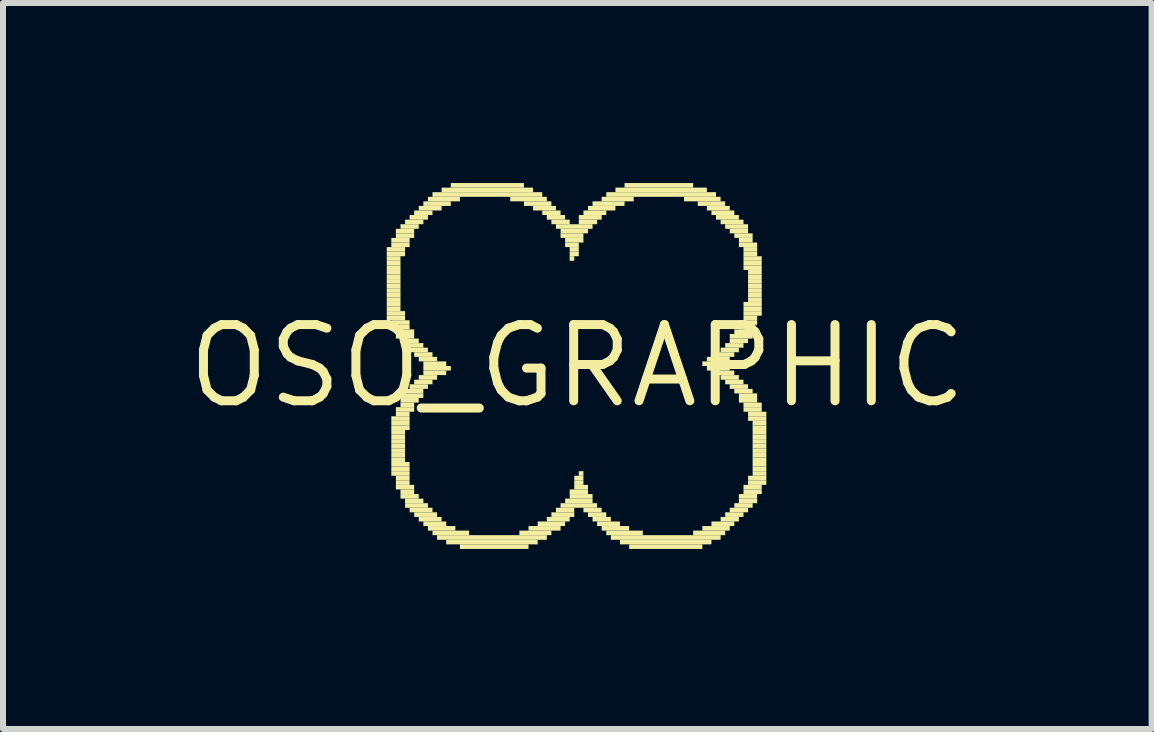
<source format=kicad_pcb>
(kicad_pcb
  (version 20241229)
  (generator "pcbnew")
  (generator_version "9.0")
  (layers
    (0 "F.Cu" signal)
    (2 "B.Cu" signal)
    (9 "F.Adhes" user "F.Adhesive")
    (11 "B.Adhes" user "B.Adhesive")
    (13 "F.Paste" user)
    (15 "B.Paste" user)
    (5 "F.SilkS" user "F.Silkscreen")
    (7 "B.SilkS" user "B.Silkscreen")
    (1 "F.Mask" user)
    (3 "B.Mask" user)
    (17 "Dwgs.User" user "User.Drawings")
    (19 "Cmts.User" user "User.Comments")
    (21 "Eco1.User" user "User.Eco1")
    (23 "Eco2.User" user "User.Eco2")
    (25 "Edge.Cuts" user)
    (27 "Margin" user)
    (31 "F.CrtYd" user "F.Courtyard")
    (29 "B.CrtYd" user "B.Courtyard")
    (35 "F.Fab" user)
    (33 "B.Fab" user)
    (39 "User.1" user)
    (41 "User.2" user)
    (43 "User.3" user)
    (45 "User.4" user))
  (footprint "OSO_GRAPHIC"
    (layer "F.Cu")
    (at 6.569 3.048)
    (property "Reference" "OSO_GRAPHIC" (at 0 0 0) (layer "F.SilkS") (effects (font (size 1.27 1.27) (thickness 0.15))))
    (attr through_hole)
    (fp_poly (pts (xy -2.794 -1.524) (xy -0.203 -1.524) (xy -0.203 -1.6) (xy -2.794 -1.6)) (stroke (width 0) (type solid)) (fill yes) (layer "F.Mask"))
    (fp_poly (pts (xy -2.794 -1.448) (xy -0.203 -1.448) (xy -0.203 -1.524) (xy -2.794 -1.524)) (stroke (width 0) (type solid)) (fill yes) (layer "F.Mask"))
    (fp_poly (pts (xy -2.794 -1.372) (xy -0.203 -1.372) (xy -0.203 -1.448) (xy -2.794 -1.448)) (stroke (width 0) (type solid)) (fill yes) (layer "F.Mask"))
    (fp_poly (pts (xy -2.794 -1.295) (xy -0.203 -1.295) (xy -0.203 -1.372) (xy -2.794 -1.372)) (stroke (width 0) (type solid)) (fill yes) (layer "F.Mask"))
    (fp_poly (pts (xy -2.794 -1.219) (xy -0.203 -1.219) (xy -0.203 -1.295) (xy -2.794 -1.295)) (stroke (width 0) (type solid)) (fill yes) (layer "F.Mask"))
    (fp_poly (pts (xy -2.794 -1.143) (xy -0.203 -1.143) (xy -0.203 -1.219) (xy -2.794 -1.219)) (stroke (width 0) (type solid)) (fill yes) (layer "F.Mask"))
    (fp_poly (pts (xy -2.718 -1.753) (xy -0.279 -1.753) (xy -0.279 -1.829) (xy -2.718 -1.829)) (stroke (width 0) (type solid)) (fill yes) (layer "F.Mask"))
    (fp_poly (pts (xy -2.718 -1.676) (xy -0.279 -1.676) (xy -0.279 -1.753) (xy -2.718 -1.753)) (stroke (width 0) (type solid)) (fill yes) (layer "F.Mask"))
    (fp_poly (pts (xy -2.718 -1.6) (xy -0.279 -1.6) (xy -0.279 -1.676) (xy -2.718 -1.676)) (stroke (width 0) (type solid)) (fill yes) (layer "F.Mask"))
    (fp_poly (pts (xy -2.718 -1.067) (xy -0.279 -1.067) (xy -0.279 -1.143) (xy -2.718 -1.143)) (stroke (width 0) (type solid)) (fill yes) (layer "F.Mask"))
    (fp_poly (pts (xy -2.718 -0.991) (xy -0.279 -0.991) (xy -0.279 -1.067) (xy -2.718 -1.067)) (stroke (width 0) (type solid)) (fill yes) (layer "F.Mask"))
    (fp_poly (pts (xy -2.718 -0.914) (xy -0.279 -0.914) (xy -0.279 -0.991) (xy -2.718 -0.991)) (stroke (width 0) (type solid)) (fill yes) (layer "F.Mask"))
    (fp_poly (pts (xy -2.718 -0.838) (xy -0.356 -0.838) (xy -0.356 -0.914) (xy -2.718 -0.914)) (stroke (width 0) (type solid)) (fill yes) (layer "F.Mask"))
    (fp_poly (pts (xy -2.642 -1.905) (xy -0.356 -1.905) (xy -0.356 -1.981) (xy -2.642 -1.981)) (stroke (width 0) (type solid)) (fill yes) (layer "F.Mask"))
    (fp_poly (pts (xy -2.642 -1.829) (xy -0.356 -1.829) (xy -0.356 -1.905) (xy -2.642 -1.905)) (stroke (width 0) (type solid)) (fill yes) (layer "F.Mask"))
    (fp_poly (pts (xy -2.642 -0.762) (xy -0.356 -0.762) (xy -0.356 -0.838) (xy -2.642 -0.838)) (stroke (width 0) (type solid)) (fill yes) (layer "F.Mask"))
    (fp_poly (pts (xy -2.642 -0.686) (xy -0.356 -0.686) (xy -0.356 -0.762) (xy -2.642 -0.762)) (stroke (width 0) (type solid)) (fill yes) (layer "F.Mask"))
    (fp_poly (pts (xy -2.642 0.991) (xy -1.575 0.991) (xy -1.575 0.914) (xy -2.642 0.914)) (stroke (width 0) (type solid)) (fill yes) (layer "F.Mask"))
    (fp_poly (pts (xy -2.642 1.067) (xy -1.727 1.067) (xy -1.727 0.991) (xy -2.642 0.991)) (stroke (width 0) (type solid)) (fill yes) (layer "F.Mask"))
    (fp_poly (pts (xy -2.642 1.143) (xy -1.727 1.143) (xy -1.727 1.067) (xy -2.642 1.067)) (stroke (width 0) (type solid)) (fill yes) (layer "F.Mask"))
    (fp_poly (pts (xy -2.642 1.219) (xy -1.803 1.219) (xy -1.803 1.143) (xy -2.642 1.143)) (stroke (width 0) (type solid)) (fill yes) (layer "F.Mask"))
    (fp_poly (pts (xy -2.642 1.295) (xy -1.803 1.295) (xy -1.803 1.219) (xy -2.642 1.219)) (stroke (width 0) (type solid)) (fill yes) (layer "F.Mask"))
    (fp_poly (pts (xy -2.642 1.372) (xy -1.803 1.372) (xy -1.803 1.295) (xy -2.642 1.295)) (stroke (width 0) (type solid)) (fill yes) (layer "F.Mask"))
    (fp_poly (pts (xy -2.642 1.448) (xy -1.803 1.448) (xy -1.803 1.372) (xy -2.642 1.372)) (stroke (width 0) (type solid)) (fill yes) (layer "F.Mask"))
    (fp_poly (pts (xy -2.642 1.524) (xy -1.803 1.524) (xy -1.803 1.448) (xy -2.642 1.448)) (stroke (width 0) (type solid)) (fill yes) (layer "F.Mask"))
    (fp_poly (pts (xy -2.642 1.6) (xy -1.727 1.6) (xy -1.727 1.524) (xy -2.642 1.524)) (stroke (width 0) (type solid)) (fill yes) (layer "F.Mask"))
    (fp_poly (pts (xy -2.642 1.676) (xy -1.727 1.676) (xy -1.727 1.6) (xy -2.642 1.6)) (stroke (width 0) (type solid)) (fill yes) (layer "F.Mask"))
    (fp_poly (pts (xy -2.642 1.753) (xy -1.575 1.753) (xy -1.575 1.676) (xy -2.642 1.676)) (stroke (width 0) (type solid)) (fill yes) (layer "F.Mask"))
    (fp_poly (pts (xy -2.565 -2.057) (xy -0.432 -2.057) (xy -0.432 -2.134) (xy -2.565 -2.134)) (stroke (width 0) (type solid)) (fill yes) (layer "F.Mask"))
    (fp_poly (pts (xy -2.565 -1.981) (xy -0.432 -1.981) (xy -0.432 -2.057) (xy -2.565 -2.057)) (stroke (width 0) (type solid)) (fill yes) (layer "F.Mask"))
    (fp_poly (pts (xy -2.565 -0.61) (xy -0.432 -0.61) (xy -0.432 -0.686) (xy -2.565 -0.686)) (stroke (width 0) (type solid)) (fill yes) (layer "F.Mask"))
    (fp_poly (pts (xy -2.565 0.838) (xy -1.346 0.838) (xy -1.346 0.762) (xy -2.565 0.762)) (stroke (width 0) (type solid)) (fill yes) (layer "F.Mask"))
    (fp_poly (pts (xy -2.565 0.914) (xy -1.346 0.914) (xy -1.346 0.838) (xy -2.565 0.838)) (stroke (width 0) (type solid)) (fill yes) (layer "F.Mask"))
    (fp_poly (pts (xy -2.565 1.829) (xy -0.203 1.829) (xy -0.203 1.753) (xy -2.565 1.753)) (stroke (width 0) (type solid)) (fill yes) (layer "F.Mask"))
    (fp_poly (pts (xy -2.565 1.905) (xy -0.203 1.905) (xy -0.203 1.829) (xy -2.565 1.829)) (stroke (width 0) (type solid)) (fill yes) (layer "F.Mask"))
    (fp_poly (pts (xy -2.565 1.981) (xy -0.279 1.981) (xy -0.279 1.905) (xy -2.565 1.905)) (stroke (width 0) (type solid)) (fill yes) (layer "F.Mask"))
    (fp_poly (pts (xy -2.489 -2.134) (xy -0.508 -2.134) (xy -0.508 -2.21) (xy -2.489 -2.21)) (stroke (width 0) (type solid)) (fill yes) (layer "F.Mask"))
    (fp_poly (pts (xy -2.489 -0.533) (xy -0.432 -0.533) (xy -0.432 -0.61) (xy -2.489 -0.61)) (stroke (width 0) (type solid)) (fill yes) (layer "F.Mask"))
    (fp_poly (pts (xy -2.489 0.686) (xy -1.27 0.686) (xy -1.27 0.61) (xy -2.489 0.61)) (stroke (width 0) (type solid)) (fill yes) (layer "F.Mask"))
    (fp_poly (pts (xy -2.489 0.762) (xy -1.27 0.762) (xy -1.27 0.686) (xy -2.489 0.686)) (stroke (width 0) (type solid)) (fill yes) (layer "F.Mask"))
    (fp_poly (pts (xy -2.489 2.057) (xy -0.279 2.057) (xy -0.279 1.981) (xy -2.489 1.981)) (stroke (width 0) (type solid)) (fill yes) (layer "F.Mask"))
    (fp_poly (pts (xy -2.489 2.134) (xy -0.356 2.134) (xy -0.356 2.057) (xy -2.489 2.057)) (stroke (width 0) (type solid)) (fill yes) (layer "F.Mask"))
    (fp_poly (pts (xy -2.413 -2.21) (xy -0.584 -2.21) (xy -0.584 -2.286) (xy -2.413 -2.286)) (stroke (width 0) (type solid)) (fill yes) (layer "F.Mask"))
    (fp_poly (pts (xy -2.413 -0.457) (xy -0.432 -0.457) (xy -0.432 -0.533) (xy -2.413 -0.533)) (stroke (width 0) (type solid)) (fill yes) (layer "F.Mask"))
    (fp_poly (pts (xy -2.413 0.61) (xy -1.194 0.61) (xy -1.194 0.533) (xy -2.413 0.533)) (stroke (width 0) (type solid)) (fill yes) (layer "F.Mask"))
    (fp_poly (pts (xy -2.413 2.21) (xy -0.432 2.21) (xy -0.432 2.134) (xy -2.413 2.134)) (stroke (width 0) (type solid)) (fill yes) (layer "F.Mask"))
    (fp_poly (pts (xy -2.337 -2.286) (xy -0.66 -2.286) (xy -0.66 -2.362) (xy -2.337 -2.362)) (stroke (width 0) (type solid)) (fill yes) (layer "F.Mask"))
    (fp_poly (pts (xy -2.337 -0.381) (xy -0.508 -0.381) (xy -0.508 -0.457) (xy -2.337 -0.457)) (stroke (width 0) (type solid)) (fill yes) (layer "F.Mask"))
    (fp_poly (pts (xy -2.337 0.533) (xy -1.194 0.533) (xy -1.194 0.457) (xy -2.337 0.457)) (stroke (width 0) (type solid)) (fill yes) (layer "F.Mask"))
    (fp_poly (pts (xy -2.337 2.286) (xy -0.508 2.286) (xy -0.508 2.21) (xy -2.337 2.21)) (stroke (width 0) (type solid)) (fill yes) (layer "F.Mask"))
    (fp_poly (pts (xy -2.261 -2.362) (xy -0.737 -2.362) (xy -0.737 -2.438) (xy -2.261 -2.438)) (stroke (width 0) (type solid)) (fill yes) (layer "F.Mask"))
    (fp_poly (pts (xy -2.261 -0.305) (xy -0.508 -0.305) (xy -0.508 -0.381) (xy -2.261 -0.381)) (stroke (width 0) (type solid)) (fill yes) (layer "F.Mask"))
    (fp_poly (pts (xy -2.261 0.457) (xy -1.194 0.457) (xy -1.194 0.381) (xy -2.261 0.381)) (stroke (width 0) (type solid)) (fill yes) (layer "F.Mask"))
    (fp_poly (pts (xy -2.261 2.362) (xy -0.584 2.362) (xy -0.584 2.286) (xy -2.261 2.286)) (stroke (width 0) (type solid)) (fill yes) (layer "F.Mask"))
    (fp_poly (pts (xy -2.184 -0.229) (xy -0.813 -0.229) (xy -0.813 -0.305) (xy -2.184 -0.305)) (stroke (width 0) (type solid)) (fill yes) (layer "F.Mask"))
    (fp_poly (pts (xy -2.184 0.381) (xy -1.118 0.381) (xy -1.118 0.305) (xy -2.184 0.305)) (stroke (width 0) (type solid)) (fill yes) (layer "F.Mask"))
    (fp_poly (pts (xy -2.108 -2.438) (xy -0.889 -2.438) (xy -0.889 -2.515) (xy -2.108 -2.515)) (stroke (width 0) (type solid)) (fill yes) (layer "F.Mask"))
    (fp_poly (pts (xy -2.108 2.438) (xy -0.66 2.438) (xy -0.66 2.362) (xy -2.108 2.362)) (stroke (width 0) (type solid)) (fill yes) (layer "F.Mask"))
    (fp_poly (pts (xy -2.032 -0.152) (xy -0.965 -0.152) (xy -0.965 -0.229) (xy -2.032 -0.229)) (stroke (width 0) (type solid)) (fill yes) (layer "F.Mask"))
    (fp_poly (pts (xy -2.032 0.305) (xy -1.118 0.305) (xy -1.118 0.229) (xy -2.032 0.229)) (stroke (width 0) (type solid)) (fill yes) (layer "F.Mask"))
    (fp_poly (pts (xy -2.032 2.515) (xy -0.813 2.515) (xy -0.813 2.438) (xy -2.032 2.438)) (stroke (width 0) (type solid)) (fill yes) (layer "F.Mask"))
    (fp_poly (pts (xy -1.956 -2.515) (xy -1.041 -2.515) (xy -1.041 -2.591) (xy -1.956 -2.591)) (stroke (width 0) (type solid)) (fill yes) (layer "F.Mask"))
    (fp_poly (pts (xy -1.956 0.229) (xy -1.041 0.229) (xy -1.041 0.152) (xy -1.956 0.152)) (stroke (width 0) (type solid)) (fill yes) (layer "F.Mask"))
    (fp_poly (pts (xy -1.88 2.591) (xy -0.965 2.591) (xy -0.965 2.515) (xy -1.88 2.515)) (stroke (width 0) (type solid)) (fill yes) (layer "F.Mask"))
    (fp_poly (pts (xy -1.803 -0.076) (xy -1.27 -0.076) (xy -1.27 -0.152) (xy -1.803 -0.152)) (stroke (width 0) (type solid)) (fill yes) (layer "F.Mask"))
    (fp_poly (pts (xy -1.803 0.152) (xy -1.041 0.152) (xy -1.041 0.076) (xy -1.803 0.076)) (stroke (width 0) (type solid)) (fill yes) (layer "F.Mask"))
    (fp_poly (pts (xy -1.727 -2.591) (xy -1.27 -2.591) (xy -1.27 -2.667) (xy -1.727 -2.667)) (stroke (width 0) (type solid)) (fill yes) (layer "F.Mask"))
    (fp_poly (pts (xy -1.575 1.295) (xy -1.194 1.295) (xy -1.194 1.219) (xy -1.575 1.219)) (stroke (width 0) (type solid)) (fill yes) (layer "F.Mask"))
    (fp_poly (pts (xy -1.575 1.372) (xy -1.194 1.372) (xy -1.194 1.295) (xy -1.575 1.295)) (stroke (width 0) (type solid)) (fill yes) (layer "F.Mask"))
    (fp_poly (pts (xy -1.575 1.448) (xy -1.194 1.448) (xy -1.194 1.372) (xy -1.575 1.372)) (stroke (width 0) (type solid)) (fill yes) (layer "F.Mask"))
    (fp_poly (pts (xy -1.575 2.667) (xy -1.194 2.667) (xy -1.194 2.591) (xy -1.575 2.591)) (stroke (width 0) (type solid)) (fill yes) (layer "F.Mask"))
    (fp_poly (pts (xy -1.499 1.219) (xy -1.194 1.219) (xy -1.194 1.143) (xy -1.499 1.143)) (stroke (width 0) (type solid)) (fill yes) (layer "F.Mask"))
    (fp_poly (pts (xy -1.499 1.524) (xy -1.27 1.524) (xy -1.27 1.448) (xy -1.499 1.448)) (stroke (width 0) (type solid)) (fill yes) (layer "F.Mask"))
    (fp_poly (pts (xy -1.346 1.143) (xy -1.118 1.143) (xy -1.118 1.067) (xy -1.346 1.067)) (stroke (width 0) (type solid)) (fill yes) (layer "F.Mask"))
    (fp_poly (pts (xy -1.27 0.076) (xy -1.041 0.076) (xy -1.041 0) (xy -1.27 0)) (stroke (width 0) (type solid)) (fill yes) (layer "F.Mask"))
    (fp_poly (pts (xy -1.27 0.991) (xy -1.041 0.991) (xy -1.041 0.914) (xy -1.27 0.914)) (stroke (width 0) (type solid)) (fill yes) (layer "F.Mask"))
    (fp_poly (pts (xy -1.27 1.067) (xy -1.041 1.067) (xy -1.041 0.991) (xy -1.27 0.991)) (stroke (width 0) (type solid)) (fill yes) (layer "F.Mask"))
    (fp_poly (pts (xy -1.194 0.914) (xy -0.965 0.914) (xy -0.965 0.838) (xy -1.194 0.838)) (stroke (width 0) (type solid)) (fill yes) (layer "F.Mask"))
    (fp_poly (pts (xy -1.194 1.753) (xy -0.203 1.753) (xy -0.203 1.676) (xy -1.194 1.676)) (stroke (width 0) (type solid)) (fill yes) (layer "F.Mask"))
    (fp_poly (pts (xy -1.118 0.762) (xy -0.889 0.762) (xy -0.889 0.686) (xy -1.118 0.686)) (stroke (width 0) (type solid)) (fill yes) (layer "F.Mask"))
    (fp_poly (pts (xy -1.118 0.838) (xy -0.889 0.838) (xy -0.889 0.762) (xy -1.118 0.762)) (stroke (width 0) (type solid)) (fill yes) (layer "F.Mask"))
    (fp_poly (pts (xy -1.118 1.676) (xy -0.127 1.676) (xy -0.127 1.6) (xy -1.118 1.6)) (stroke (width 0) (type solid)) (fill yes) (layer "F.Mask"))
    (fp_poly (pts (xy -1.041 0.61) (xy -0.813 0.61) (xy -0.813 0.533) (xy -1.041 0.533)) (stroke (width 0) (type solid)) (fill yes) (layer "F.Mask"))
    (fp_poly (pts (xy -1.041 0.686) (xy -0.889 0.686) (xy -0.889 0.61) (xy -1.041 0.61)) (stroke (width 0) (type solid)) (fill yes) (layer "F.Mask"))
    (fp_poly (pts (xy -1.041 1.6) (xy -0.127 1.6) (xy -0.127 1.524) (xy -1.041 1.524)) (stroke (width 0) (type solid)) (fill yes) (layer "F.Mask"))
    (fp_poly (pts (xy -0.965 0.381) (xy -0.737 0.381) (xy -0.737 0.305) (xy -0.965 0.305)) (stroke (width 0) (type solid)) (fill yes) (layer "F.Mask"))
    (fp_poly (pts (xy -0.965 0.457) (xy -0.813 0.457) (xy -0.813 0.381) (xy -0.965 0.381)) (stroke (width 0) (type solid)) (fill yes) (layer "F.Mask"))
    (fp_poly (pts (xy -0.965 0.533) (xy -0.813 0.533) (xy -0.813 0.457) (xy -0.965 0.457)) (stroke (width 0) (type solid)) (fill yes) (layer "F.Mask"))
    (fp_poly (pts (xy -0.965 1.372) (xy -0.051 1.372) (xy -0.051 1.295) (xy -0.965 1.295)) (stroke (width 0) (type solid)) (fill yes) (layer "F.Mask"))
    (fp_poly (pts (xy -0.965 1.448) (xy -0.051 1.448) (xy -0.051 1.372) (xy -0.965 1.372)) (stroke (width 0) (type solid)) (fill yes) (layer "F.Mask"))
    (fp_poly (pts (xy -0.965 1.524) (xy -0.127 1.524) (xy -0.127 1.448) (xy -0.965 1.448)) (stroke (width 0) (type solid)) (fill yes) (layer "F.Mask"))
    (fp_poly (pts (xy -0.889 0.152) (xy -0.66 0.152) (xy -0.66 0.076) (xy -0.889 0.076)) (stroke (width 0) (type solid)) (fill yes) (layer "F.Mask"))
    (fp_poly (pts (xy -0.889 0.229) (xy -0.737 0.229) (xy -0.737 0.152) (xy -0.889 0.152)) (stroke (width 0) (type solid)) (fill yes) (layer "F.Mask"))
    (fp_poly (pts (xy -0.889 0.305) (xy -0.737 0.305) (xy -0.737 0.229) (xy -0.889 0.229)) (stroke (width 0) (type solid)) (fill yes) (layer "F.Mask"))
    (fp_poly (pts (xy -0.889 1.143) (xy 0.025 1.143) (xy 0.025 1.067) (xy -0.889 1.067)) (stroke (width 0) (type solid)) (fill yes) (layer "F.Mask"))
    (fp_poly (pts (xy -0.889 1.219) (xy 0.025 1.219) (xy 0.025 1.143) (xy -0.889 1.143)) (stroke (width 0) (type solid)) (fill yes) (layer "F.Mask"))
    (fp_poly (pts (xy -0.889 1.295) (xy 0.025 1.295) (xy 0.025 1.219) (xy -0.889 1.219)) (stroke (width 0) (type solid)) (fill yes) (layer "F.Mask"))
    (fp_poly (pts (xy -0.813 -0.076) (xy -0.584 -0.076) (xy -0.584 -0.152) (xy -0.813 -0.152)) (stroke (width 0) (type solid)) (fill yes) (layer "F.Mask"))
    (fp_poly (pts (xy -0.813 0) (xy -0.66 0) (xy -0.66 -0.076) (xy -0.813 -0.076)) (stroke (width 0) (type solid)) (fill yes) (layer "F.Mask"))
    (fp_poly (pts (xy -0.813 0.076) (xy -0.66 0.076) (xy -0.66 0) (xy -0.813 0)) (stroke (width 0) (type solid)) (fill yes) (layer "F.Mask"))
    (fp_poly (pts (xy -0.813 0.991) (xy 0.102 0.991) (xy 0.102 0.914) (xy -0.813 0.914)) (stroke (width 0) (type solid)) (fill yes) (layer "F.Mask"))
    (fp_poly (pts (xy -0.813 1.067) (xy 0.102 1.067) (xy 0.102 0.991) (xy -0.813 0.991)) (stroke (width 0) (type solid)) (fill yes) (layer "F.Mask"))
    (fp_poly (pts (xy -0.737 -0.229) (xy -0.508 -0.229) (xy -0.508 -0.305) (xy -0.737 -0.305)) (stroke (width 0) (type solid)) (fill yes) (layer "F.Mask"))
    (fp_poly (pts (xy -0.737 -0.152) (xy -0.584 -0.152) (xy -0.584 -0.229) (xy -0.737 -0.229)) (stroke (width 0) (type solid)) (fill yes) (layer "F.Mask"))
    (fp_poly (pts (xy -0.737 0.762) (xy 0.178 0.762) (xy 0.178 0.686) (xy -0.737 0.686)) (stroke (width 0) (type solid)) (fill yes) (layer "F.Mask"))
    (fp_poly (pts (xy -0.737 0.838) (xy 0.178 0.838) (xy 0.178 0.762) (xy -0.737 0.762)) (stroke (width 0) (type solid)) (fill yes) (layer "F.Mask"))
    (fp_poly (pts (xy -0.737 0.914) (xy 0.102 0.914) (xy 0.102 0.838) (xy -0.737 0.838)) (stroke (width 0) (type solid)) (fill yes) (layer "F.Mask"))
    (fp_poly (pts (xy -0.66 0.533) (xy 0.254 0.533) (xy 0.254 0.457) (xy -0.66 0.457)) (stroke (width 0) (type solid)) (fill yes) (layer "F.Mask"))
    (fp_poly (pts (xy -0.66 0.61) (xy 0.254 0.61) (xy 0.254 0.533) (xy -0.66 0.533)) (stroke (width 0) (type solid)) (fill yes) (layer "F.Mask"))
    (fp_poly (pts (xy -0.66 0.686) (xy 0.178 0.686) (xy 0.178 0.61) (xy -0.66 0.61)) (stroke (width 0) (type solid)) (fill yes) (layer "F.Mask"))
    (fp_poly (pts (xy -0.584 0.305) (xy 0.33 0.305) (xy 0.33 0.229) (xy -0.584 0.229)) (stroke (width 0) (type solid)) (fill yes) (layer "F.Mask"))
    (fp_poly (pts (xy -0.584 0.381) (xy 0.33 0.381) (xy 0.33 0.305) (xy -0.584 0.305)) (stroke (width 0) (type solid)) (fill yes) (layer "F.Mask"))
    (fp_poly (pts (xy -0.584 0.457) (xy 0.33 0.457) (xy 0.33 0.381) (xy -0.584 0.381)) (stroke (width 0) (type solid)) (fill yes) (layer "F.Mask"))
    (fp_poly (pts (xy -0.508 0.076) (xy 0.406 0.076) (xy 0.406 0) (xy -0.508 0)) (stroke (width 0) (type solid)) (fill yes) (layer "F.Mask"))
    (fp_poly (pts (xy -0.508 0.152) (xy 0.406 0.152) (xy 0.406 0.076) (xy -0.508 0.076)) (stroke (width 0) (type solid)) (fill yes) (layer "F.Mask"))
    (fp_poly (pts (xy -0.508 0.229) (xy 0.406 0.229) (xy 0.406 0.152) (xy -0.508 0.152)) (stroke (width 0) (type solid)) (fill yes) (layer "F.Mask"))
    (fp_poly (pts (xy -0.432 -0.152) (xy 0.483 -0.152) (xy 0.483 -0.229) (xy -0.432 -0.229)) (stroke (width 0) (type solid)) (fill yes) (layer "F.Mask"))
    (fp_poly (pts (xy -0.432 -0.076) (xy 0.483 -0.076) (xy 0.483 -0.152) (xy -0.432 -0.152)) (stroke (width 0) (type solid)) (fill yes) (layer "F.Mask"))
    (fp_poly (pts (xy -0.432 0) (xy 0.483 0) (xy 0.483 -0.076) (xy -0.432 -0.076)) (stroke (width 0) (type solid)) (fill yes) (layer "F.Mask"))
    (fp_poly (pts (xy -0.356 -0.381) (xy 0.559 -0.381) (xy 0.559 -0.457) (xy -0.356 -0.457)) (stroke (width 0) (type solid)) (fill yes) (layer "F.Mask"))
    (fp_poly (pts (xy -0.356 -0.305) (xy 0.559 -0.305) (xy 0.559 -0.381) (xy -0.356 -0.381)) (stroke (width 0) (type solid)) (fill yes) (layer "F.Mask"))
    (fp_poly (pts (xy -0.356 -0.229) (xy 0.559 -0.229) (xy 0.559 -0.305) (xy -0.356 -0.305)) (stroke (width 0) (type solid)) (fill yes) (layer "F.Mask"))
    (fp_poly (pts (xy -0.279 -0.533) (xy 0.635 -0.533) (xy 0.635 -0.61) (xy -0.279 -0.61)) (stroke (width 0) (type solid)) (fill yes) (layer "F.Mask"))
    (fp_poly (pts (xy -0.279 -0.457) (xy 0.635 -0.457) (xy 0.635 -0.533) (xy -0.279 -0.533)) (stroke (width 0) (type solid)) (fill yes) (layer "F.Mask"))
    (fp_poly (pts (xy -0.203 -0.762) (xy 0.711 -0.762) (xy 0.711 -0.838) (xy -0.203 -0.838)) (stroke (width 0) (type solid)) (fill yes) (layer "F.Mask"))
    (fp_poly (pts (xy -0.203 -0.686) (xy 0.711 -0.686) (xy 0.711 -0.762) (xy -0.203 -0.762)) (stroke (width 0) (type solid)) (fill yes) (layer "F.Mask"))
    (fp_poly (pts (xy -0.203 -0.61) (xy 0.635 -0.61) (xy 0.635 -0.686) (xy -0.203 -0.686)) (stroke (width 0) (type solid)) (fill yes) (layer "F.Mask"))
    (fp_poly (pts (xy -0.127 -0.991) (xy 0.787 -0.991) (xy 0.787 -1.067) (xy -0.127 -1.067)) (stroke (width 0) (type solid)) (fill yes) (layer "F.Mask"))
    (fp_poly (pts (xy -0.127 -0.914) (xy 0.787 -0.914) (xy 0.787 -0.991) (xy -0.127 -0.991)) (stroke (width 0) (type solid)) (fill yes) (layer "F.Mask"))
    (fp_poly (pts (xy -0.127 -0.838) (xy 0.711 -0.838) (xy 0.711 -0.914) (xy -0.127 -0.914)) (stroke (width 0) (type solid)) (fill yes) (layer "F.Mask"))
    (fp_poly (pts (xy -0.051 -1.219) (xy 0.864 -1.219) (xy 0.864 -1.295) (xy -0.051 -1.295)) (stroke (width 0) (type solid)) (fill yes) (layer "F.Mask"))
    (fp_poly (pts (xy -0.051 -1.143) (xy 0.864 -1.143) (xy 0.864 -1.219) (xy -0.051 -1.219)) (stroke (width 0) (type solid)) (fill yes) (layer "F.Mask"))
    (fp_poly (pts (xy -0.051 -1.067) (xy 0.864 -1.067) (xy 0.864 -1.143) (xy -0.051 -1.143)) (stroke (width 0) (type solid)) (fill yes) (layer "F.Mask"))
    (fp_poly (pts (xy 0.025 -1.372) (xy 0.94 -1.372) (xy 0.94 -1.448) (xy 0.025 -1.448)) (stroke (width 0) (type solid)) (fill yes) (layer "F.Mask"))
    (fp_poly (pts (xy 0.025 -1.295) (xy 0.94 -1.295) (xy 0.94 -1.372) (xy 0.025 -1.372)) (stroke (width 0) (type solid)) (fill yes) (layer "F.Mask"))
    (fp_poly (pts (xy 0.102 -1.6) (xy 1.092 -1.6) (xy 1.092 -1.676) (xy 0.102 -1.676)) (stroke (width 0) (type solid)) (fill yes) (layer "F.Mask"))
    (fp_poly (pts (xy 0.102 -1.524) (xy 1.016 -1.524) (xy 1.016 -1.6) (xy 0.102 -1.6)) (stroke (width 0) (type solid)) (fill yes) (layer "F.Mask"))
    (fp_poly (pts (xy 0.102 -1.448) (xy 0.94 -1.448) (xy 0.94 -1.524) (xy 0.102 -1.524)) (stroke (width 0) (type solid)) (fill yes) (layer "F.Mask"))
    (fp_poly (pts (xy 0.178 -1.829) (xy 2.54 -1.829) (xy 2.54 -1.905) (xy 0.178 -1.905)) (stroke (width 0) (type solid)) (fill yes) (layer "F.Mask"))
    (fp_poly (pts (xy 0.178 -1.753) (xy 2.54 -1.753) (xy 2.54 -1.829) (xy 0.178 -1.829)) (stroke (width 0) (type solid)) (fill yes) (layer "F.Mask"))
    (fp_poly (pts (xy 0.178 -1.676) (xy 1.168 -1.676) (xy 1.168 -1.753) (xy 0.178 -1.753)) (stroke (width 0) (type solid)) (fill yes) (layer "F.Mask"))
    (fp_poly (pts (xy 0.178 1.219) (xy 2.769 1.219) (xy 2.769 1.143) (xy 0.178 1.143)) (stroke (width 0) (type solid)) (fill yes) (layer "F.Mask"))
    (fp_poly (pts (xy 0.178 1.295) (xy 2.769 1.295) (xy 2.769 1.219) (xy 0.178 1.219)) (stroke (width 0) (type solid)) (fill yes) (layer "F.Mask"))
    (fp_poly (pts (xy 0.178 1.372) (xy 2.769 1.372) (xy 2.769 1.295) (xy 0.178 1.295)) (stroke (width 0) (type solid)) (fill yes) (layer "F.Mask"))
    (fp_poly (pts (xy 0.178 1.448) (xy 2.769 1.448) (xy 2.769 1.372) (xy 0.178 1.372)) (stroke (width 0) (type solid)) (fill yes) (layer "F.Mask"))
    (fp_poly (pts (xy 0.178 1.524) (xy 2.769 1.524) (xy 2.769 1.448) (xy 0.178 1.448)) (stroke (width 0) (type solid)) (fill yes) (layer "F.Mask"))
    (fp_poly (pts (xy 0.178 1.6) (xy 2.769 1.6) (xy 2.769 1.524) (xy 0.178 1.524)) (stroke (width 0) (type solid)) (fill yes) (layer "F.Mask"))
    (fp_poly (pts (xy 0.254 -1.981) (xy 2.464 -1.981) (xy 2.464 -2.057) (xy 0.254 -2.057)) (stroke (width 0) (type solid)) (fill yes) (layer "F.Mask"))
    (fp_poly (pts (xy 0.254 -1.905) (xy 2.54 -1.905) (xy 2.54 -1.981) (xy 0.254 -1.981)) (stroke (width 0) (type solid)) (fill yes) (layer "F.Mask"))
    (fp_poly (pts (xy 0.254 0.991) (xy 2.692 0.991) (xy 2.692 0.914) (xy 0.254 0.914)) (stroke (width 0) (type solid)) (fill yes) (layer "F.Mask"))
    (fp_poly (pts (xy 0.254 1.067) (xy 2.692 1.067) (xy 2.692 0.991) (xy 0.254 0.991)) (stroke (width 0) (type solid)) (fill yes) (layer "F.Mask"))
    (fp_poly (pts (xy 0.254 1.143) (xy 2.692 1.143) (xy 2.692 1.067) (xy 0.254 1.067)) (stroke (width 0) (type solid)) (fill yes) (layer "F.Mask"))
    (fp_poly (pts (xy 0.254 1.676) (xy 2.692 1.676) (xy 2.692 1.6) (xy 0.254 1.6)) (stroke (width 0) (type solid)) (fill yes) (layer "F.Mask"))
    (fp_poly (pts (xy 0.254 1.753) (xy 2.692 1.753) (xy 2.692 1.676) (xy 0.254 1.676)) (stroke (width 0) (type solid)) (fill yes) (layer "F.Mask"))
    (fp_poly (pts (xy 0.254 1.829) (xy 2.692 1.829) (xy 2.692 1.753) (xy 0.254 1.753)) (stroke (width 0) (type solid)) (fill yes) (layer "F.Mask"))
    (fp_poly (pts (xy 0.33 -2.057) (xy 2.464 -2.057) (xy 2.464 -2.134) (xy 0.33 -2.134)) (stroke (width 0) (type solid)) (fill yes) (layer "F.Mask"))
    (fp_poly (pts (xy 0.33 0.762) (xy 2.616 0.762) (xy 2.616 0.686) (xy 0.33 0.686)) (stroke (width 0) (type solid)) (fill yes) (layer "F.Mask"))
    (fp_poly (pts (xy 0.33 0.838) (xy 2.616 0.838) (xy 2.616 0.762) (xy 0.33 0.762)) (stroke (width 0) (type solid)) (fill yes) (layer "F.Mask"))
    (fp_poly (pts (xy 0.33 0.914) (xy 2.692 0.914) (xy 2.692 0.838) (xy 0.33 0.838)) (stroke (width 0) (type solid)) (fill yes) (layer "F.Mask"))
    (fp_poly (pts (xy 0.33 1.905) (xy 2.616 1.905) (xy 2.616 1.829) (xy 0.33 1.829)) (stroke (width 0) (type solid)) (fill yes) (layer "F.Mask"))
    (fp_poly (pts (xy 0.33 1.981) (xy 2.616 1.981) (xy 2.616 1.905) (xy 0.33 1.905)) (stroke (width 0) (type solid)) (fill yes) (layer "F.Mask"))
    (fp_poly (pts (xy 0.406 -2.134) (xy 2.388 -2.134) (xy 2.388 -2.21) (xy 0.406 -2.21)) (stroke (width 0) (type solid)) (fill yes) (layer "F.Mask"))
    (fp_poly (pts (xy 0.406 0.533) (xy 2.388 0.533) (xy 2.388 0.457) (xy 0.406 0.457)) (stroke (width 0) (type solid)) (fill yes) (layer "F.Mask"))
    (fp_poly (pts (xy 0.406 0.61) (xy 2.464 0.61) (xy 2.464 0.533) (xy 0.406 0.533)) (stroke (width 0) (type solid)) (fill yes) (layer "F.Mask"))
    (fp_poly (pts (xy 0.406 0.686) (xy 2.54 0.686) (xy 2.54 0.61) (xy 0.406 0.61)) (stroke (width 0) (type solid)) (fill yes) (layer "F.Mask"))
    (fp_poly (pts (xy 0.406 2.057) (xy 2.54 2.057) (xy 2.54 1.981) (xy 0.406 1.981)) (stroke (width 0) (type solid)) (fill yes) (layer "F.Mask"))
    (fp_poly (pts (xy 0.406 2.134) (xy 2.54 2.134) (xy 2.54 2.057) (xy 0.406 2.057)) (stroke (width 0) (type solid)) (fill yes) (layer "F.Mask"))
    (fp_poly (pts (xy 0.483 -2.21) (xy 2.311 -2.21) (xy 2.311 -2.286) (xy 0.483 -2.286)) (stroke (width 0) (type solid)) (fill yes) (layer "F.Mask"))
    (fp_poly (pts (xy 0.483 0.305) (xy 0.711 0.305) (xy 0.711 0.229) (xy 0.483 0.229)) (stroke (width 0) (type solid)) (fill yes) (layer "F.Mask"))
    (fp_poly (pts (xy 0.483 0.381) (xy 2.235 0.381) (xy 2.235 0.305) (xy 0.483 0.305)) (stroke (width 0) (type solid)) (fill yes) (layer "F.Mask"))
    (fp_poly (pts (xy 0.483 0.457) (xy 2.311 0.457) (xy 2.311 0.381) (xy 0.483 0.381)) (stroke (width 0) (type solid)) (fill yes) (layer "F.Mask"))
    (fp_poly (pts (xy 0.483 2.21) (xy 2.464 2.21) (xy 2.464 2.134) (xy 0.483 2.134)) (stroke (width 0) (type solid)) (fill yes) (layer "F.Mask"))
    (fp_poly (pts (xy 0.559 -2.286) (xy 2.235 -2.286) (xy 2.235 -2.362) (xy 0.559 -2.362)) (stroke (width 0) (type solid)) (fill yes) (layer "F.Mask"))
    (fp_poly (pts (xy 0.559 0.152) (xy 0.787 0.152) (xy 0.787 0.076) (xy 0.559 0.076)) (stroke (width 0) (type solid)) (fill yes) (layer "F.Mask"))
    (fp_poly (pts (xy 0.559 0.229) (xy 0.711 0.229) (xy 0.711 0.152) (xy 0.559 0.152)) (stroke (width 0) (type solid)) (fill yes) (layer "F.Mask"))
    (fp_poly (pts (xy 0.559 2.286) (xy 2.388 2.286) (xy 2.388 2.21) (xy 0.559 2.21)) (stroke (width 0) (type solid)) (fill yes) (layer "F.Mask"))
    (fp_poly (pts (xy 0.635 -2.362) (xy 2.083 -2.362) (xy 2.083 -2.438) (xy 0.635 -2.438)) (stroke (width 0) (type solid)) (fill yes) (layer "F.Mask"))
    (fp_poly (pts (xy 0.635 -0.076) (xy 0.864 -0.076) (xy 0.864 -0.152) (xy 0.635 -0.152)) (stroke (width 0) (type solid)) (fill yes) (layer "F.Mask"))
    (fp_poly (pts (xy 0.635 0) (xy 0.787 0) (xy 0.787 -0.076) (xy 0.635 -0.076)) (stroke (width 0) (type solid)) (fill yes) (layer "F.Mask"))
    (fp_poly (pts (xy 0.635 0.076) (xy 0.787 0.076) (xy 0.787 0) (xy 0.635 0)) (stroke (width 0) (type solid)) (fill yes) (layer "F.Mask"))
    (fp_poly (pts (xy 0.635 2.362) (xy 2.311 2.362) (xy 2.311 2.286) (xy 0.635 2.286)) (stroke (width 0) (type solid)) (fill yes) (layer "F.Mask"))
    (fp_poly (pts (xy 0.711 -0.305) (xy 0.94 -0.305) (xy 0.94 -0.381) (xy 0.711 -0.381)) (stroke (width 0) (type solid)) (fill yes) (layer "F.Mask"))
    (fp_poly (pts (xy 0.711 -0.229) (xy 0.864 -0.229) (xy 0.864 -0.305) (xy 0.711 -0.305)) (stroke (width 0) (type solid)) (fill yes) (layer "F.Mask"))
    (fp_poly (pts (xy 0.711 -0.152) (xy 0.864 -0.152) (xy 0.864 -0.229) (xy 0.711 -0.229)) (stroke (width 0) (type solid)) (fill yes) (layer "F.Mask"))
    (fp_poly (pts (xy 0.711 2.438) (xy 2.235 2.438) (xy 2.235 2.362) (xy 0.711 2.362)) (stroke (width 0) (type solid)) (fill yes) (layer "F.Mask"))
    (fp_poly (pts (xy 0.787 -2.438) (xy 2.007 -2.438) (xy 2.007 -2.515) (xy 0.787 -2.515)) (stroke (width 0) (type solid)) (fill yes) (layer "F.Mask"))
    (fp_poly (pts (xy 0.787 -0.533) (xy 1.016 -0.533) (xy 1.016 -0.61) (xy 0.787 -0.61)) (stroke (width 0) (type solid)) (fill yes) (layer "F.Mask"))
    (fp_poly (pts (xy 0.787 -0.457) (xy 0.94 -0.457) (xy 0.94 -0.533) (xy 0.787 -0.533)) (stroke (width 0) (type solid)) (fill yes) (layer "F.Mask"))
    (fp_poly (pts (xy 0.787 -0.381) (xy 0.94 -0.381) (xy 0.94 -0.457) (xy 0.787 -0.457)) (stroke (width 0) (type solid)) (fill yes) (layer "F.Mask"))
    (fp_poly (pts (xy 0.787 0.305) (xy 2.159 0.305) (xy 2.159 0.229) (xy 0.787 0.229)) (stroke (width 0) (type solid)) (fill yes) (layer "F.Mask"))
    (fp_poly (pts (xy 0.864 -0.762) (xy 1.092 -0.762) (xy 1.092 -0.838) (xy 0.864 -0.838)) (stroke (width 0) (type solid)) (fill yes) (layer "F.Mask"))
    (fp_poly (pts (xy 0.864 -0.686) (xy 1.092 -0.686) (xy 1.092 -0.762) (xy 0.864 -0.762)) (stroke (width 0) (type solid)) (fill yes) (layer "F.Mask"))
    (fp_poly (pts (xy 0.864 -0.61) (xy 1.016 -0.61) (xy 1.016 -0.686) (xy 0.864 -0.686)) (stroke (width 0) (type solid)) (fill yes) (layer "F.Mask"))
    (fp_poly (pts (xy 0.864 2.515) (xy 2.083 2.515) (xy 2.083 2.438) (xy 0.864 2.438)) (stroke (width 0) (type solid)) (fill yes) (layer "F.Mask"))
    (fp_poly (pts (xy 0.94 -2.515) (xy 1.854 -2.515) (xy 1.854 -2.591) (xy 0.94 -2.591)) (stroke (width 0) (type solid)) (fill yes) (layer "F.Mask"))
    (fp_poly (pts (xy 0.94 -0.838) (xy 1.168 -0.838) (xy 1.168 -0.914) (xy 0.94 -0.914)) (stroke (width 0) (type solid)) (fill yes) (layer "F.Mask"))
    (fp_poly (pts (xy 0.94 0.229) (xy 2.007 0.229) (xy 2.007 0.152) (xy 0.94 0.152)) (stroke (width 0) (type solid)) (fill yes) (layer "F.Mask"))
    (fp_poly (pts (xy 1.016 -0.991) (xy 1.245 -0.991) (xy 1.245 -1.067) (xy 1.016 -1.067)) (stroke (width 0) (type solid)) (fill yes) (layer "F.Mask"))
    (fp_poly (pts (xy 1.016 -0.914) (xy 1.245 -0.914) (xy 1.245 -0.991) (xy 1.016 -0.991)) (stroke (width 0) (type solid)) (fill yes) (layer "F.Mask"))
    (fp_poly (pts (xy 1.016 -0.152) (xy 1.93 -0.152) (xy 1.93 -0.229) (xy 1.016 -0.229)) (stroke (width 0) (type solid)) (fill yes) (layer "F.Mask"))
    (fp_poly (pts (xy 1.016 -0.076) (xy 1.778 -0.076) (xy 1.778 -0.152) (xy 1.016 -0.152)) (stroke (width 0) (type solid)) (fill yes) (layer "F.Mask"))
    (fp_poly (pts (xy 1.016 0) (xy 1.245 0) (xy 1.245 -0.076) (xy 1.016 -0.076)) (stroke (width 0) (type solid)) (fill yes) (layer "F.Mask"))
    (fp_poly (pts (xy 1.016 2.591) (xy 1.93 2.591) (xy 1.93 2.515) (xy 1.016 2.515)) (stroke (width 0) (type solid)) (fill yes) (layer "F.Mask"))
    (fp_poly (pts (xy 1.092 -1.067) (xy 1.321 -1.067) (xy 1.321 -1.143) (xy 1.092 -1.143)) (stroke (width 0) (type solid)) (fill yes) (layer "F.Mask"))
    (fp_poly (pts (xy 1.092 -0.305) (xy 2.159 -0.305) (xy 2.159 -0.381) (xy 1.092 -0.381)) (stroke (width 0) (type solid)) (fill yes) (layer "F.Mask"))
    (fp_poly (pts (xy 1.092 -0.229) (xy 2.007 -0.229) (xy 2.007 -0.305) (xy 1.092 -0.305)) (stroke (width 0) (type solid)) (fill yes) (layer "F.Mask"))
    (fp_poly (pts (xy 1.168 -2.591) (xy 1.549 -2.591) (xy 1.549 -2.667) (xy 1.168 -2.667)) (stroke (width 0) (type solid)) (fill yes) (layer "F.Mask"))
    (fp_poly (pts (xy 1.168 -1.372) (xy 1.549 -1.372) (xy 1.549 -1.448) (xy 1.168 -1.448)) (stroke (width 0) (type solid)) (fill yes) (layer "F.Mask"))
    (fp_poly (pts (xy 1.168 -1.295) (xy 1.549 -1.295) (xy 1.549 -1.372) (xy 1.168 -1.372)) (stroke (width 0) (type solid)) (fill yes) (layer "F.Mask"))
    (fp_poly (pts (xy 1.168 -1.219) (xy 1.549 -1.219) (xy 1.549 -1.295) (xy 1.168 -1.295)) (stroke (width 0) (type solid)) (fill yes) (layer "F.Mask"))
    (fp_poly (pts (xy 1.168 -1.143) (xy 1.473 -1.143) (xy 1.473 -1.219) (xy 1.168 -1.219)) (stroke (width 0) (type solid)) (fill yes) (layer "F.Mask"))
    (fp_poly (pts (xy 1.168 -0.533) (xy 2.388 -0.533) (xy 2.388 -0.61) (xy 1.168 -0.61)) (stroke (width 0) (type solid)) (fill yes) (layer "F.Mask"))
    (fp_poly (pts (xy 1.168 -0.457) (xy 2.311 -0.457) (xy 2.311 -0.533) (xy 1.168 -0.533)) (stroke (width 0) (type solid)) (fill yes) (layer "F.Mask"))
    (fp_poly (pts (xy 1.168 -0.381) (xy 2.235 -0.381) (xy 2.235 -0.457) (xy 1.168 -0.457)) (stroke (width 0) (type solid)) (fill yes) (layer "F.Mask"))
    (fp_poly (pts (xy 1.245 -1.448) (xy 1.473 -1.448) (xy 1.473 -1.524) (xy 1.245 -1.524)) (stroke (width 0) (type solid)) (fill yes) (layer "F.Mask"))
    (fp_poly (pts (xy 1.245 -0.686) (xy 2.464 -0.686) (xy 2.464 -0.762) (xy 1.245 -0.762)) (stroke (width 0) (type solid)) (fill yes) (layer "F.Mask"))
    (fp_poly (pts (xy 1.245 -0.61) (xy 2.464 -0.61) (xy 2.464 -0.686) (xy 1.245 -0.686)) (stroke (width 0) (type solid)) (fill yes) (layer "F.Mask"))
    (fp_poly (pts (xy 1.245 0.152) (xy 1.778 0.152) (xy 1.778 0.076) (xy 1.245 0.076)) (stroke (width 0) (type solid)) (fill yes) (layer "F.Mask"))
    (fp_poly (pts (xy 1.245 2.667) (xy 1.702 2.667) (xy 1.702 2.591) (xy 1.245 2.591)) (stroke (width 0) (type solid)) (fill yes) (layer "F.Mask"))
    (fp_poly (pts (xy 1.321 -0.838) (xy 2.54 -0.838) (xy 2.54 -0.914) (xy 1.321 -0.914)) (stroke (width 0) (type solid)) (fill yes) (layer "F.Mask"))
    (fp_poly (pts (xy 1.321 -0.762) (xy 2.54 -0.762) (xy 2.54 -0.838) (xy 1.321 -0.838)) (stroke (width 0) (type solid)) (fill yes) (layer "F.Mask"))
    (fp_poly (pts (xy 1.549 -1.676) (xy 2.616 -1.676) (xy 2.616 -1.753) (xy 1.549 -1.753)) (stroke (width 0) (type solid)) (fill yes) (layer "F.Mask"))
    (fp_poly (pts (xy 1.549 -0.914) (xy 2.616 -0.914) (xy 2.616 -0.991) (xy 1.549 -0.991)) (stroke (width 0) (type solid)) (fill yes) (layer "F.Mask"))
    (fp_poly (pts (xy 1.702 -1.6) (xy 2.616 -1.6) (xy 2.616 -1.676) (xy 1.702 -1.676)) (stroke (width 0) (type solid)) (fill yes) (layer "F.Mask"))
    (fp_poly (pts (xy 1.702 -1.524) (xy 2.616 -1.524) (xy 2.616 -1.6) (xy 1.702 -1.6)) (stroke (width 0) (type solid)) (fill yes) (layer "F.Mask"))
    (fp_poly (pts (xy 1.702 -1.067) (xy 2.616 -1.067) (xy 2.616 -1.143) (xy 1.702 -1.143)) (stroke (width 0) (type solid)) (fill yes) (layer "F.Mask"))
    (fp_poly (pts (xy 1.702 -0.991) (xy 2.616 -0.991) (xy 2.616 -1.067) (xy 1.702 -1.067)) (stroke (width 0) (type solid)) (fill yes) (layer "F.Mask"))
    (fp_poly (pts (xy 1.778 -1.448) (xy 2.616 -1.448) (xy 2.616 -1.524) (xy 1.778 -1.524)) (stroke (width 0) (type solid)) (fill yes) (layer "F.Mask"))
    (fp_poly (pts (xy 1.778 -1.372) (xy 2.616 -1.372) (xy 2.616 -1.448) (xy 1.778 -1.448)) (stroke (width 0) (type solid)) (fill yes) (layer "F.Mask"))
    (fp_poly (pts (xy 1.778 -1.295) (xy 2.616 -1.295) (xy 2.616 -1.372) (xy 1.778 -1.372)) (stroke (width 0) (type solid)) (fill yes) (layer "F.Mask"))
    (fp_poly (pts (xy 1.778 -1.219) (xy 2.616 -1.219) (xy 2.616 -1.295) (xy 1.778 -1.295)) (stroke (width 0) (type solid)) (fill yes) (layer "F.Mask"))
    (fp_poly (pts (xy 1.778 -1.143) (xy 2.616 -1.143) (xy 2.616 -1.219) (xy 1.778 -1.219)) (stroke (width 0) (type solid)) (fill yes) (layer "F.Mask"))
    (fp_poly (pts (xy -3.175 -1.905) (xy -2.87 -1.905) (xy -2.87 -1.981) (xy -3.175 -1.981)) (stroke (width 0) (type solid)) (fill yes) (layer "F.SilkS"))
    (fp_poly (pts (xy -3.175 -1.829) (xy -2.87 -1.829) (xy -2.87 -1.905) (xy -3.175 -1.905)) (stroke (width 0) (type solid)) (fill yes) (layer "F.SilkS"))
    (fp_poly (pts (xy -3.175 -1.753) (xy -2.946 -1.753) (xy -2.946 -1.829) (xy -3.175 -1.829)) (stroke (width 0) (type solid)) (fill yes) (layer "F.SilkS"))
    (fp_poly (pts (xy -3.175 -1.676) (xy -2.946 -1.676) (xy -2.946 -1.753) (xy -3.175 -1.753)) (stroke (width 0) (type solid)) (fill yes) (layer "F.SilkS"))
    (fp_poly (pts (xy -3.175 -1.6) (xy -2.946 -1.6) (xy -2.946 -1.676) (xy -3.175 -1.676)) (stroke (width 0) (type solid)) (fill yes) (layer "F.SilkS"))
    (fp_poly (pts (xy -3.175 -1.524) (xy -2.946 -1.524) (xy -2.946 -1.6) (xy -3.175 -1.6)) (stroke (width 0) (type solid)) (fill yes) (layer "F.SilkS"))
    (fp_poly (pts (xy -3.175 -1.448) (xy -2.946 -1.448) (xy -2.946 -1.524) (xy -3.175 -1.524)) (stroke (width 0) (type solid)) (fill yes) (layer "F.SilkS"))
    (fp_poly (pts (xy -3.175 -1.372) (xy -2.946 -1.372) (xy -2.946 -1.448) (xy -3.175 -1.448)) (stroke (width 0) (type solid)) (fill yes) (layer "F.SilkS"))
    (fp_poly (pts (xy -3.175 -1.295) (xy -2.946 -1.295) (xy -2.946 -1.372) (xy -3.175 -1.372)) (stroke (width 0) (type solid)) (fill yes) (layer "F.SilkS"))
    (fp_poly (pts (xy -3.175 -1.219) (xy -2.946 -1.219) (xy -2.946 -1.295) (xy -3.175 -1.295)) (stroke (width 0) (type solid)) (fill yes) (layer "F.SilkS"))
    (fp_poly (pts (xy -3.175 -1.143) (xy -2.946 -1.143) (xy -2.946 -1.219) (xy -3.175 -1.219)) (stroke (width 0) (type solid)) (fill yes) (layer "F.SilkS"))
    (fp_poly (pts (xy -3.175 -1.067) (xy -2.946 -1.067) (xy -2.946 -1.143) (xy -3.175 -1.143)) (stroke (width 0) (type solid)) (fill yes) (layer "F.SilkS"))
    (fp_poly (pts (xy -3.175 -0.991) (xy -2.946 -0.991) (xy -2.946 -1.067) (xy -3.175 -1.067)) (stroke (width 0) (type solid)) (fill yes) (layer "F.SilkS"))
    (fp_poly (pts (xy -3.175 -0.914) (xy -2.946 -0.914) (xy -2.946 -0.991) (xy -3.175 -0.991)) (stroke (width 0) (type solid)) (fill yes) (layer "F.SilkS"))
    (fp_poly (pts (xy -3.175 -0.838) (xy -2.87 -0.838) (xy -2.87 -0.914) (xy -3.175 -0.914)) (stroke (width 0) (type solid)) (fill yes) (layer "F.SilkS"))
    (fp_poly (pts (xy -3.175 -0.762) (xy -2.87 -0.762) (xy -2.87 -0.838) (xy -3.175 -0.838)) (stroke (width 0) (type solid)) (fill yes) (layer "F.SilkS"))
    (fp_poly (pts (xy -3.099 -2.057) (xy -2.794 -2.057) (xy -2.794 -2.134) (xy -3.099 -2.134)) (stroke (width 0) (type solid)) (fill yes) (layer "F.SilkS"))
    (fp_poly (pts (xy -3.099 -1.981) (xy -2.794 -1.981) (xy -2.794 -2.057) (xy -3.099 -2.057)) (stroke (width 0) (type solid)) (fill yes) (layer "F.SilkS"))
    (fp_poly (pts (xy -3.099 -0.686) (xy -2.794 -0.686) (xy -2.794 -0.762) (xy -3.099 -0.762)) (stroke (width 0) (type solid)) (fill yes) (layer "F.SilkS"))
    (fp_poly (pts (xy -3.099 -0.61) (xy -2.794 -0.61) (xy -2.794 -0.686) (xy -3.099 -0.686)) (stroke (width 0) (type solid)) (fill yes) (layer "F.SilkS"))
    (fp_poly (pts (xy -3.099 0.914) (xy -2.794 0.914) (xy -2.794 0.838) (xy -3.099 0.838)) (stroke (width 0) (type solid)) (fill yes) (layer "F.SilkS"))
    (fp_poly (pts (xy -3.099 0.991) (xy -2.794 0.991) (xy -2.794 0.914) (xy -3.099 0.914)) (stroke (width 0) (type solid)) (fill yes) (layer "F.SilkS"))
    (fp_poly (pts (xy -3.099 1.067) (xy -2.794 1.067) (xy -2.794 0.991) (xy -3.099 0.991)) (stroke (width 0) (type solid)) (fill yes) (layer "F.SilkS"))
    (fp_poly (pts (xy -3.099 1.143) (xy -2.87 1.143) (xy -2.87 1.067) (xy -3.099 1.067)) (stroke (width 0) (type solid)) (fill yes) (layer "F.SilkS"))
    (fp_poly (pts (xy -3.099 1.219) (xy -2.87 1.219) (xy -2.87 1.143) (xy -3.099 1.143)) (stroke (width 0) (type solid)) (fill yes) (layer "F.SilkS"))
    (fp_poly (pts (xy -3.099 1.295) (xy -2.87 1.295) (xy -2.87 1.219) (xy -3.099 1.219)) (stroke (width 0) (type solid)) (fill yes) (layer "F.SilkS"))
    (fp_poly (pts (xy -3.099 1.372) (xy -2.87 1.372) (xy -2.87 1.295) (xy -3.099 1.295)) (stroke (width 0) (type solid)) (fill yes) (layer "F.SilkS"))
    (fp_poly (pts (xy -3.099 1.448) (xy -2.87 1.448) (xy -2.87 1.372) (xy -3.099 1.372)) (stroke (width 0) (type solid)) (fill yes) (layer "F.SilkS"))
    (fp_poly (pts (xy -3.099 1.524) (xy -2.87 1.524) (xy -2.87 1.448) (xy -3.099 1.448)) (stroke (width 0) (type solid)) (fill yes) (layer "F.SilkS"))
    (fp_poly (pts (xy -3.099 1.6) (xy -2.87 1.6) (xy -2.87 1.524) (xy -3.099 1.524)) (stroke (width 0) (type solid)) (fill yes) (layer "F.SilkS"))
    (fp_poly (pts (xy -3.099 1.676) (xy -2.794 1.676) (xy -2.794 1.6) (xy -3.099 1.6)) (stroke (width 0) (type solid)) (fill yes) (layer "F.SilkS"))
    (fp_poly (pts (xy -3.099 1.753) (xy -2.794 1.753) (xy -2.794 1.676) (xy -3.099 1.676)) (stroke (width 0) (type solid)) (fill yes) (layer "F.SilkS"))
    (fp_poly (pts (xy -3.099 1.829) (xy -2.794 1.829) (xy -2.794 1.753) (xy -3.099 1.753)) (stroke (width 0) (type solid)) (fill yes) (layer "F.SilkS"))
    (fp_poly (pts (xy -3.023 -2.21) (xy -2.718 -2.21) (xy -2.718 -2.286) (xy -3.023 -2.286)) (stroke (width 0) (type solid)) (fill yes) (layer "F.SilkS"))
    (fp_poly (pts (xy -3.023 -2.134) (xy -2.718 -2.134) (xy -2.718 -2.21) (xy -3.023 -2.21)) (stroke (width 0) (type solid)) (fill yes) (layer "F.SilkS"))
    (fp_poly (pts (xy -3.023 -0.533) (xy -2.718 -0.533) (xy -2.718 -0.61) (xy -3.023 -0.61)) (stroke (width 0) (type solid)) (fill yes) (layer "F.SilkS"))
    (fp_poly (pts (xy -3.023 -0.457) (xy -2.718 -0.457) (xy -2.718 -0.533) (xy -3.023 -0.533)) (stroke (width 0) (type solid)) (fill yes) (layer "F.SilkS"))
    (fp_poly (pts (xy -3.023 0.762) (xy -2.718 0.762) (xy -2.718 0.686) (xy -3.023 0.686)) (stroke (width 0) (type solid)) (fill yes) (layer "F.SilkS"))
    (fp_poly (pts (xy -3.023 0.838) (xy -2.794 0.838) (xy -2.794 0.762) (xy -3.023 0.762)) (stroke (width 0) (type solid)) (fill yes) (layer "F.SilkS"))
    (fp_poly (pts (xy -3.023 1.905) (xy -2.794 1.905) (xy -2.794 1.829) (xy -3.023 1.829)) (stroke (width 0) (type solid)) (fill yes) (layer "F.SilkS"))
    (fp_poly (pts (xy -3.023 1.981) (xy -2.794 1.981) (xy -2.794 1.905) (xy -3.023 1.905)) (stroke (width 0) (type solid)) (fill yes) (layer "F.SilkS"))
    (fp_poly (pts (xy -3.023 2.057) (xy -2.718 2.057) (xy -2.718 1.981) (xy -3.023 1.981)) (stroke (width 0) (type solid)) (fill yes) (layer "F.SilkS"))
    (fp_poly (pts (xy -2.946 -2.286) (xy -2.642 -2.286) (xy -2.642 -2.362) (xy -2.946 -2.362)) (stroke (width 0) (type solid)) (fill yes) (layer "F.SilkS"))
    (fp_poly (pts (xy -2.946 -0.381) (xy -2.642 -0.381) (xy -2.642 -0.457) (xy -2.946 -0.457)) (stroke (width 0) (type solid)) (fill yes) (layer "F.SilkS"))
    (fp_poly (pts (xy -2.946 0.533) (xy -2.565 0.533) (xy -2.565 0.457) (xy -2.946 0.457)) (stroke (width 0) (type solid)) (fill yes) (layer "F.SilkS"))
    (fp_poly (pts (xy -2.946 0.61) (xy -2.642 0.61) (xy -2.642 0.533) (xy -2.946 0.533)) (stroke (width 0) (type solid)) (fill yes) (layer "F.SilkS"))
    (fp_poly (pts (xy -2.946 0.686) (xy -2.718 0.686) (xy -2.718 0.61) (xy -2.946 0.61)) (stroke (width 0) (type solid)) (fill yes) (layer "F.SilkS"))
    (fp_poly (pts (xy -2.946 2.134) (xy -2.718 2.134) (xy -2.718 2.057) (xy -2.946 2.057)) (stroke (width 0) (type solid)) (fill yes) (layer "F.SilkS"))
    (fp_poly (pts (xy -2.946 2.21) (xy -2.642 2.21) (xy -2.642 2.134) (xy -2.946 2.134)) (stroke (width 0) (type solid)) (fill yes) (layer "F.SilkS"))
    (fp_poly (pts (xy -2.87 -2.362) (xy -2.565 -2.362) (xy -2.565 -2.438) (xy -2.87 -2.438)) (stroke (width 0) (type solid)) (fill yes) (layer "F.SilkS"))
    (fp_poly (pts (xy -2.87 -0.305) (xy -2.565 -0.305) (xy -2.565 -0.381) (xy -2.87 -0.381)) (stroke (width 0) (type solid)) (fill yes) (layer "F.SilkS"))
    (fp_poly (pts (xy -2.87 0.457) (xy -2.565 0.457) (xy -2.565 0.381) (xy -2.87 0.381)) (stroke (width 0) (type solid)) (fill yes) (layer "F.SilkS"))
    (fp_poly (pts (xy -2.87 2.286) (xy -2.565 2.286) (xy -2.565 2.21) (xy -2.87 2.21)) (stroke (width 0) (type solid)) (fill yes) (layer "F.SilkS"))
    (fp_poly (pts (xy -2.87 2.362) (xy -2.489 2.362) (xy -2.489 2.286) (xy -2.87 2.286)) (stroke (width 0) (type solid)) (fill yes) (layer "F.SilkS"))
    (fp_poly (pts (xy -2.794 -2.438) (xy -2.489 -2.438) (xy -2.489 -2.515) (xy -2.794 -2.515)) (stroke (width 0) (type solid)) (fill yes) (layer "F.SilkS"))
    (fp_poly (pts (xy -2.794 -0.229) (xy -2.489 -0.229) (xy -2.489 -0.305) (xy -2.794 -0.305)) (stroke (width 0) (type solid)) (fill yes) (layer "F.SilkS"))
    (fp_poly (pts (xy -2.794 0.381) (xy -2.489 0.381) (xy -2.489 0.305) (xy -2.794 0.305)) (stroke (width 0) (type solid)) (fill yes) (layer "F.SilkS"))
    (fp_poly (pts (xy -2.794 2.438) (xy -2.413 2.438) (xy -2.413 2.362) (xy -2.794 2.362)) (stroke (width 0) (type solid)) (fill yes) (layer "F.SilkS"))
    (fp_poly (pts (xy -2.718 -2.515) (xy -2.413 -2.515) (xy -2.413 -2.591) (xy -2.718 -2.591)) (stroke (width 0) (type solid)) (fill yes) (layer "F.SilkS"))
    (fp_poly (pts (xy -2.718 -0.152) (xy -2.413 -0.152) (xy -2.413 -0.229) (xy -2.718 -0.229)) (stroke (width 0) (type solid)) (fill yes) (layer "F.SilkS"))
    (fp_poly (pts (xy -2.718 0.305) (xy -2.413 0.305) (xy -2.413 0.229) (xy -2.718 0.229)) (stroke (width 0) (type solid)) (fill yes) (layer "F.SilkS"))
    (fp_poly (pts (xy -2.718 2.515) (xy -2.337 2.515) (xy -2.337 2.438) (xy -2.718 2.438)) (stroke (width 0) (type solid)) (fill yes) (layer "F.SilkS"))
    (fp_poly (pts (xy -2.642 -2.591) (xy -2.261 -2.591) (xy -2.261 -2.667) (xy -2.642 -2.667)) (stroke (width 0) (type solid)) (fill yes) (layer "F.SilkS"))
    (fp_poly (pts (xy -2.642 -0.076) (xy -2.337 -0.076) (xy -2.337 -0.152) (xy -2.642 -0.152)) (stroke (width 0) (type solid)) (fill yes) (layer "F.SilkS"))
    (fp_poly (pts (xy -2.642 0.229) (xy -2.337 0.229) (xy -2.337 0.152) (xy -2.642 0.152)) (stroke (width 0) (type solid)) (fill yes) (layer "F.SilkS"))
    (fp_poly (pts (xy -2.642 2.591) (xy -2.261 2.591) (xy -2.261 2.515) (xy -2.642 2.515)) (stroke (width 0) (type solid)) (fill yes) (layer "F.SilkS"))
    (fp_poly (pts (xy -2.565 -2.667) (xy -2.108 -2.667) (xy -2.108 -2.743) (xy -2.565 -2.743)) (stroke (width 0) (type solid)) (fill yes) (layer "F.SilkS"))
    (fp_poly (pts (xy -2.565 0) (xy -2.184 0) (xy -2.184 -0.076) (xy -2.565 -0.076)) (stroke (width 0) (type solid)) (fill yes) (layer "F.SilkS"))
    (fp_poly (pts (xy -2.565 0.076) (xy -2.108 0.076) (xy -2.108 0) (xy -2.565 0)) (stroke (width 0) (type solid)) (fill yes) (layer "F.SilkS"))
    (fp_poly (pts (xy -2.565 0.152) (xy -2.184 0.152) (xy -2.184 0.076) (xy -2.565 0.076)) (stroke (width 0) (type solid)) (fill yes) (layer "F.SilkS"))
    (fp_poly (pts (xy -2.565 2.667) (xy -2.184 2.667) (xy -2.184 2.591) (xy -2.565 2.591)) (stroke (width 0) (type solid)) (fill yes) (layer "F.SilkS"))
    (fp_poly (pts (xy -2.489 -2.743) (xy -1.956 -2.743) (xy -1.956 -2.819) (xy -2.489 -2.819)) (stroke (width 0) (type solid)) (fill yes) (layer "F.SilkS"))
    (fp_poly (pts (xy -2.489 2.743) (xy -2.032 2.743) (xy -2.032 2.667) (xy -2.489 2.667)) (stroke (width 0) (type solid)) (fill yes) (layer "F.SilkS"))
    (fp_poly (pts (xy -2.413 -2.819) (xy -0.584 -2.819) (xy -0.584 -2.896) (xy -2.413 -2.896)) (stroke (width 0) (type solid)) (fill yes) (layer "F.SilkS"))
    (fp_poly (pts (xy -2.413 2.819) (xy -1.803 2.819) (xy -1.803 2.743) (xy -2.413 2.743)) (stroke (width 0) (type solid)) (fill yes) (layer "F.SilkS"))
    (fp_poly (pts (xy -2.337 2.896) (xy -0.508 2.896) (xy -0.508 2.819) (xy -2.337 2.819)) (stroke (width 0) (type solid)) (fill yes) (layer "F.SilkS"))
    (fp_poly (pts (xy -2.261 -2.896) (xy -0.737 -2.896) (xy -0.737 -2.972) (xy -2.261 -2.972)) (stroke (width 0) (type solid)) (fill yes) (layer "F.SilkS"))
    (fp_poly (pts (xy -2.184 2.972) (xy -0.66 2.972) (xy -0.66 2.896) (xy -2.184 2.896)) (stroke (width 0) (type solid)) (fill yes) (layer "F.SilkS"))
    (fp_poly (pts (xy -2.108 -2.972) (xy -0.889 -2.972) (xy -0.889 -3.048) (xy -2.108 -3.048)) (stroke (width 0) (type solid)) (fill yes) (layer "F.SilkS"))
    (fp_poly (pts (xy -1.956 3.048) (xy -0.813 3.048) (xy -0.813 2.972) (xy -1.956 2.972)) (stroke (width 0) (type solid)) (fill yes) (layer "F.SilkS"))
    (fp_poly (pts (xy -1.118 -2.743) (xy -0.508 -2.743) (xy -0.508 -2.819) (xy -1.118 -2.819)) (stroke (width 0) (type solid)) (fill yes) (layer "F.SilkS"))
    (fp_poly (pts (xy -0.965 2.819) (xy -0.432 2.819) (xy -0.432 2.743) (xy -0.965 2.743)) (stroke (width 0) (type solid)) (fill yes) (layer "F.SilkS"))
    (fp_poly (pts (xy -0.889 -2.667) (xy -0.432 -2.667) (xy -0.432 -2.743) (xy -0.889 -2.743)) (stroke (width 0) (type solid)) (fill yes) (layer "F.SilkS"))
    (fp_poly (pts (xy -0.813 2.743) (xy -0.279 2.743) (xy -0.279 2.667) (xy -0.813 2.667)) (stroke (width 0) (type solid)) (fill yes) (layer "F.SilkS"))
    (fp_poly (pts (xy -0.737 -2.591) (xy -0.356 -2.591) (xy -0.356 -2.667) (xy -0.737 -2.667)) (stroke (width 0) (type solid)) (fill yes) (layer "F.SilkS"))
    (fp_poly (pts (xy -0.66 2.667) (xy -0.203 2.667) (xy -0.203 2.591) (xy -0.66 2.591)) (stroke (width 0) (type solid)) (fill yes) (layer "F.SilkS"))
    (fp_poly (pts (xy -0.584 -2.515) (xy -0.279 -2.515) (xy -0.279 -2.591) (xy -0.584 -2.591)) (stroke (width 0) (type solid)) (fill yes) (layer "F.SilkS"))
    (fp_poly (pts (xy -0.508 -2.438) (xy -0.203 -2.438) (xy -0.203 -2.515) (xy -0.508 -2.515)) (stroke (width 0) (type solid)) (fill yes) (layer "F.SilkS"))
    (fp_poly (pts (xy -0.508 2.591) (xy -0.127 2.591) (xy -0.127 2.515) (xy -0.508 2.515)) (stroke (width 0) (type solid)) (fill yes) (layer "F.SilkS"))
    (fp_poly (pts (xy -0.432 -2.362) (xy -0.127 -2.362) (xy -0.127 -2.438) (xy -0.432 -2.438)) (stroke (width 0) (type solid)) (fill yes) (layer "F.SilkS"))
    (fp_poly (pts (xy -0.432 2.515) (xy -0.051 2.515) (xy -0.051 2.438) (xy -0.432 2.438)) (stroke (width 0) (type solid)) (fill yes) (layer "F.SilkS"))
    (fp_poly (pts (xy -0.356 -2.286) (xy 0.254 -2.286) (xy 0.254 -2.362) (xy -0.356 -2.362)) (stroke (width 0) (type solid)) (fill yes) (layer "F.SilkS"))
    (fp_poly (pts (xy -0.356 2.438) (xy -0.051 2.438) (xy -0.051 2.362) (xy -0.356 2.362)) (stroke (width 0) (type solid)) (fill yes) (layer "F.SilkS"))
    (fp_poly (pts (xy -0.279 -2.21) (xy 0.178 -2.21) (xy 0.178 -2.286) (xy -0.279 -2.286)) (stroke (width 0) (type solid)) (fill yes) (layer "F.SilkS"))
    (fp_poly (pts (xy -0.279 -2.134) (xy 0.102 -2.134) (xy 0.102 -2.21) (xy -0.279 -2.21)) (stroke (width 0) (type solid)) (fill yes) (layer "F.SilkS"))
    (fp_poly (pts (xy -0.279 2.362) (xy 0.33 2.362) (xy 0.33 2.286) (xy -0.279 2.286)) (stroke (width 0) (type solid)) (fill yes) (layer "F.SilkS"))
    (fp_poly (pts (xy -0.203 -2.057) (xy 0.102 -2.057) (xy 0.102 -2.134) (xy -0.203 -2.134)) (stroke (width 0) (type solid)) (fill yes) (layer "F.SilkS"))
    (fp_poly (pts (xy -0.203 -1.981) (xy 0.025 -1.981) (xy 0.025 -2.057) (xy -0.203 -2.057)) (stroke (width 0) (type solid)) (fill yes) (layer "F.SilkS"))
    (fp_poly (pts (xy -0.203 2.286) (xy 0.254 2.286) (xy 0.254 2.21) (xy -0.203 2.21)) (stroke (width 0) (type solid)) (fill yes) (layer "F.SilkS"))
    (fp_poly (pts (xy -0.127 -1.905) (xy 0.025 -1.905) (xy 0.025 -1.981) (xy -0.127 -1.981)) (stroke (width 0) (type solid)) (fill yes) (layer "F.SilkS"))
    (fp_poly (pts (xy -0.127 -1.829) (xy 0.025 -1.829) (xy 0.025 -1.905) (xy -0.127 -1.905)) (stroke (width 0) (type solid)) (fill yes) (layer "F.SilkS"))
    (fp_poly (pts (xy -0.127 -1.753) (xy -0.051 -1.753) (xy -0.051 -1.829) (xy -0.127 -1.829)) (stroke (width 0) (type solid)) (fill yes) (layer "F.SilkS"))
    (fp_poly (pts (xy -0.127 2.134) (xy 0.178 2.134) (xy 0.178 2.057) (xy -0.127 2.057)) (stroke (width 0) (type solid)) (fill yes) (layer "F.SilkS"))
    (fp_poly (pts (xy -0.127 2.21) (xy 0.254 2.21) (xy 0.254 2.134) (xy -0.127 2.134)) (stroke (width 0) (type solid)) (fill yes) (layer "F.SilkS"))
    (fp_poly (pts (xy -0.051 1.905) (xy 0.102 1.905) (xy 0.102 1.829) (xy -0.051 1.829)) (stroke (width 0) (type solid)) (fill yes) (layer "F.SilkS"))
    (fp_poly (pts (xy -0.051 1.981) (xy 0.102 1.981) (xy 0.102 1.905) (xy -0.051 1.905)) (stroke (width 0) (type solid)) (fill yes) (layer "F.SilkS"))
    (fp_poly (pts (xy -0.051 2.057) (xy 0.178 2.057) (xy 0.178 1.981) (xy -0.051 1.981)) (stroke (width 0) (type solid)) (fill yes) (layer "F.SilkS"))
    (fp_poly (pts (xy 0.025 -2.438) (xy 0.406 -2.438) (xy 0.406 -2.515) (xy 0.025 -2.515)) (stroke (width 0) (type solid)) (fill yes) (layer "F.SilkS"))
    (fp_poly (pts (xy 0.025 -2.362) (xy 0.33 -2.362) (xy 0.33 -2.438) (xy 0.025 -2.438)) (stroke (width 0) (type solid)) (fill yes) (layer "F.SilkS"))
    (fp_poly (pts (xy 0.025 1.829) (xy 0.102 1.829) (xy 0.102 1.753) (xy 0.025 1.753)) (stroke (width 0) (type solid)) (fill yes) (layer "F.SilkS"))
    (fp_poly (pts (xy 0.102 -2.515) (xy 0.483 -2.515) (xy 0.483 -2.591) (xy 0.102 -2.591)) (stroke (width 0) (type solid)) (fill yes) (layer "F.SilkS"))
    (fp_poly (pts (xy 0.102 2.438) (xy 0.406 2.438) (xy 0.406 2.362) (xy 0.102 2.362)) (stroke (width 0) (type solid)) (fill yes) (layer "F.SilkS"))
    (fp_poly (pts (xy 0.178 -2.591) (xy 0.635 -2.591) (xy 0.635 -2.667) (xy 0.178 -2.667)) (stroke (width 0) (type solid)) (fill yes) (layer "F.SilkS"))
    (fp_poly (pts (xy 0.178 2.515) (xy 0.483 2.515) (xy 0.483 2.438) (xy 0.178 2.438)) (stroke (width 0) (type solid)) (fill yes) (layer "F.SilkS"))
    (fp_poly (pts (xy 0.254 -2.667) (xy 0.787 -2.667) (xy 0.787 -2.743) (xy 0.254 -2.743)) (stroke (width 0) (type solid)) (fill yes) (layer "F.SilkS"))
    (fp_poly (pts (xy 0.254 2.591) (xy 0.559 2.591) (xy 0.559 2.515) (xy 0.254 2.515)) (stroke (width 0) (type solid)) (fill yes) (layer "F.SilkS"))
    (fp_poly (pts (xy 0.33 2.667) (xy 0.711 2.667) (xy 0.711 2.591) (xy 0.33 2.591)) (stroke (width 0) (type solid)) (fill yes) (layer "F.SilkS"))
    (fp_poly (pts (xy 0.406 -2.743) (xy 0.94 -2.743) (xy 0.94 -2.819) (xy 0.406 -2.819)) (stroke (width 0) (type solid)) (fill yes) (layer "F.SilkS"))
    (fp_poly (pts (xy 0.406 2.743) (xy 0.864 2.743) (xy 0.864 2.667) (xy 0.406 2.667)) (stroke (width 0) (type solid)) (fill yes) (layer "F.SilkS"))
    (fp_poly (pts (xy 0.483 -2.819) (xy 2.311 -2.819) (xy 2.311 -2.896) (xy 0.483 -2.896)) (stroke (width 0) (type solid)) (fill yes) (layer "F.SilkS"))
    (fp_poly (pts (xy 0.483 2.819) (xy 1.092 2.819) (xy 1.092 2.743) (xy 0.483 2.743)) (stroke (width 0) (type solid)) (fill yes) (layer "F.SilkS"))
    (fp_poly (pts (xy 0.559 2.896) (xy 2.388 2.896) (xy 2.388 2.819) (xy 0.559 2.819)) (stroke (width 0) (type solid)) (fill yes) (layer "F.SilkS"))
    (fp_poly (pts (xy 0.635 -2.896) (xy 2.159 -2.896) (xy 2.159 -2.972) (xy 0.635 -2.972)) (stroke (width 0) (type solid)) (fill yes) (layer "F.SilkS"))
    (fp_poly (pts (xy 0.711 2.972) (xy 2.235 2.972) (xy 2.235 2.896) (xy 0.711 2.896)) (stroke (width 0) (type solid)) (fill yes) (layer "F.SilkS"))
    (fp_poly (pts (xy 0.787 -2.972) (xy 1.93 -2.972) (xy 1.93 -3.048) (xy 0.787 -3.048)) (stroke (width 0) (type solid)) (fill yes) (layer "F.SilkS"))
    (fp_poly (pts (xy 0.864 3.048) (xy 2.083 3.048) (xy 2.083 2.972) (xy 0.864 2.972)) (stroke (width 0) (type solid)) (fill yes) (layer "F.SilkS"))
    (fp_poly (pts (xy 1.778 -2.743) (xy 2.388 -2.743) (xy 2.388 -2.819) (xy 1.778 -2.819)) (stroke (width 0) (type solid)) (fill yes) (layer "F.SilkS"))
    (fp_poly (pts (xy 1.93 2.819) (xy 2.464 2.819) (xy 2.464 2.743) (xy 1.93 2.743)) (stroke (width 0) (type solid)) (fill yes) (layer "F.SilkS"))
    (fp_poly (pts (xy 2.007 -2.667) (xy 2.464 -2.667) (xy 2.464 -2.743) (xy 2.007 -2.743)) (stroke (width 0) (type solid)) (fill yes) (layer "F.SilkS"))
    (fp_poly (pts (xy 2.083 0) (xy 2.54 0) (xy 2.54 -0.076) (xy 2.083 -0.076)) (stroke (width 0) (type solid)) (fill yes) (layer "F.SilkS"))
    (fp_poly (pts (xy 2.083 2.743) (xy 2.54 2.743) (xy 2.54 2.667) (xy 2.083 2.667)) (stroke (width 0) (type solid)) (fill yes) (layer "F.SilkS"))
    (fp_poly (pts (xy 2.159 -2.591) (xy 2.54 -2.591) (xy 2.54 -2.667) (xy 2.159 -2.667)) (stroke (width 0) (type solid)) (fill yes) (layer "F.SilkS"))
    (fp_poly (pts (xy 2.159 -0.076) (xy 2.54 -0.076) (xy 2.54 -0.152) (xy 2.159 -0.152)) (stroke (width 0) (type solid)) (fill yes) (layer "F.SilkS"))
    (fp_poly (pts (xy 2.159 0.076) (xy 2.54 0.076) (xy 2.54 0) (xy 2.159 0)) (stroke (width 0) (type solid)) (fill yes) (layer "F.SilkS"))
    (fp_poly (pts (xy 2.235 -2.515) (xy 2.616 -2.515) (xy 2.616 -2.591) (xy 2.235 -2.591)) (stroke (width 0) (type solid)) (fill yes) (layer "F.SilkS"))
    (fp_poly (pts (xy 2.235 2.667) (xy 2.616 2.667) (xy 2.616 2.591) (xy 2.235 2.591)) (stroke (width 0) (type solid)) (fill yes) (layer "F.SilkS"))
    (fp_poly (pts (xy 2.311 -2.438) (xy 2.692 -2.438) (xy 2.692 -2.515) (xy 2.311 -2.515)) (stroke (width 0) (type solid)) (fill yes) (layer "F.SilkS"))
    (fp_poly (pts (xy 2.311 -0.152) (xy 2.616 -0.152) (xy 2.616 -0.229) (xy 2.311 -0.229)) (stroke (width 0) (type solid)) (fill yes) (layer "F.SilkS"))
    (fp_poly (pts (xy 2.311 0.152) (xy 2.616 0.152) (xy 2.616 0.076) (xy 2.311 0.076)) (stroke (width 0) (type solid)) (fill yes) (layer "F.SilkS"))
    (fp_poly (pts (xy 2.388 -2.362) (xy 2.769 -2.362) (xy 2.769 -2.438) (xy 2.388 -2.438)) (stroke (width 0) (type solid)) (fill yes) (layer "F.SilkS"))
    (fp_poly (pts (xy 2.388 -0.229) (xy 2.692 -0.229) (xy 2.692 -0.305) (xy 2.388 -0.305)) (stroke (width 0) (type solid)) (fill yes) (layer "F.SilkS"))
    (fp_poly (pts (xy 2.388 0.229) (xy 2.692 0.229) (xy 2.692 0.152) (xy 2.388 0.152)) (stroke (width 0) (type solid)) (fill yes) (layer "F.SilkS"))
    (fp_poly (pts (xy 2.388 2.591) (xy 2.692 2.591) (xy 2.692 2.515) (xy 2.388 2.515)) (stroke (width 0) (type solid)) (fill yes) (layer "F.SilkS"))
    (fp_poly (pts (xy 2.464 -2.286) (xy 2.845 -2.286) (xy 2.845 -2.362) (xy 2.464 -2.362)) (stroke (width 0) (type solid)) (fill yes) (layer "F.SilkS"))
    (fp_poly (pts (xy 2.464 -0.305) (xy 2.769 -0.305) (xy 2.769 -0.381) (xy 2.464 -0.381)) (stroke (width 0) (type solid)) (fill yes) (layer "F.SilkS"))
    (fp_poly (pts (xy 2.464 0.305) (xy 2.769 0.305) (xy 2.769 0.229) (xy 2.464 0.229)) (stroke (width 0) (type solid)) (fill yes) (layer "F.SilkS"))
    (fp_poly (pts (xy 2.464 2.515) (xy 2.769 2.515) (xy 2.769 2.438) (xy 2.464 2.438)) (stroke (width 0) (type solid)) (fill yes) (layer "F.SilkS"))
    (fp_poly (pts (xy 2.54 -2.21) (xy 2.845 -2.21) (xy 2.845 -2.286) (xy 2.54 -2.286)) (stroke (width 0) (type solid)) (fill yes) (layer "F.SilkS"))
    (fp_poly (pts (xy 2.54 -0.457) (xy 2.921 -0.457) (xy 2.921 -0.533) (xy 2.54 -0.533)) (stroke (width 0) (type solid)) (fill yes) (layer "F.SilkS"))
    (fp_poly (pts (xy 2.54 -0.381) (xy 2.845 -0.381) (xy 2.845 -0.457) (xy 2.54 -0.457)) (stroke (width 0) (type solid)) (fill yes) (layer "F.SilkS"))
    (fp_poly (pts (xy 2.54 0.381) (xy 2.845 0.381) (xy 2.845 0.305) (xy 2.54 0.305)) (stroke (width 0) (type solid)) (fill yes) (layer "F.SilkS"))
    (fp_poly (pts (xy 2.54 2.438) (xy 2.845 2.438) (xy 2.845 2.362) (xy 2.54 2.362)) (stroke (width 0) (type solid)) (fill yes) (layer "F.SilkS"))
    (fp_poly (pts (xy 2.616 -2.134) (xy 2.921 -2.134) (xy 2.921 -2.21) (xy 2.616 -2.21)) (stroke (width 0) (type solid)) (fill yes) (layer "F.SilkS"))
    (fp_poly (pts (xy 2.616 -0.533) (xy 2.921 -0.533) (xy 2.921 -0.61) (xy 2.616 -0.61)) (stroke (width 0) (type solid)) (fill yes) (layer "F.SilkS"))
    (fp_poly (pts (xy 2.616 0.457) (xy 2.921 0.457) (xy 2.921 0.381) (xy 2.616 0.381)) (stroke (width 0) (type solid)) (fill yes) (layer "F.SilkS"))
    (fp_poly (pts (xy 2.616 2.362) (xy 2.921 2.362) (xy 2.921 2.286) (xy 2.616 2.286)) (stroke (width 0) (type solid)) (fill yes) (layer "F.SilkS"))
    (fp_poly (pts (xy 2.692 -2.057) (xy 2.921 -2.057) (xy 2.921 -2.134) (xy 2.692 -2.134)) (stroke (width 0) (type solid)) (fill yes) (layer "F.SilkS"))
    (fp_poly (pts (xy 2.692 -1.981) (xy 2.997 -1.981) (xy 2.997 -2.057) (xy 2.692 -2.057)) (stroke (width 0) (type solid)) (fill yes) (layer "F.SilkS"))
    (fp_poly (pts (xy 2.692 -0.686) (xy 2.997 -0.686) (xy 2.997 -0.762) (xy 2.692 -0.762)) (stroke (width 0) (type solid)) (fill yes) (layer "F.SilkS"))
    (fp_poly (pts (xy 2.692 -0.61) (xy 2.921 -0.61) (xy 2.921 -0.686) (xy 2.692 -0.686)) (stroke (width 0) (type solid)) (fill yes) (layer "F.SilkS"))
    (fp_poly (pts (xy 2.692 0.533) (xy 2.997 0.533) (xy 2.997 0.457) (xy 2.692 0.457)) (stroke (width 0) (type solid)) (fill yes) (layer "F.SilkS"))
    (fp_poly (pts (xy 2.692 0.61) (xy 2.997 0.61) (xy 2.997 0.533) (xy 2.692 0.533)) (stroke (width 0) (type solid)) (fill yes) (layer "F.SilkS"))
    (fp_poly (pts (xy 2.692 2.21) (xy 2.997 2.21) (xy 2.997 2.134) (xy 2.692 2.134)) (stroke (width 0) (type solid)) (fill yes) (layer "F.SilkS"))
    (fp_poly (pts (xy 2.692 2.286) (xy 2.997 2.286) (xy 2.997 2.21) (xy 2.692 2.21)) (stroke (width 0) (type solid)) (fill yes) (layer "F.SilkS"))
    (fp_poly (pts (xy 2.769 -1.905) (xy 2.997 -1.905) (xy 2.997 -1.981) (xy 2.769 -1.981)) (stroke (width 0) (type solid)) (fill yes) (layer "F.SilkS"))
    (fp_poly (pts (xy 2.769 -1.829) (xy 2.997 -1.829) (xy 2.997 -1.905) (xy 2.769 -1.905)) (stroke (width 0) (type solid)) (fill yes) (layer "F.SilkS"))
    (fp_poly (pts (xy 2.769 -1.753) (xy 3.073 -1.753) (xy 3.073 -1.829) (xy 2.769 -1.829)) (stroke (width 0) (type solid)) (fill yes) (layer "F.SilkS"))
    (fp_poly (pts (xy 2.769 -1.676) (xy 3.073 -1.676) (xy 3.073 -1.753) (xy 2.769 -1.753)) (stroke (width 0) (type solid)) (fill yes) (layer "F.SilkS"))
    (fp_poly (pts (xy 2.769 -1.6) (xy 3.073 -1.6) (xy 3.073 -1.676) (xy 2.769 -1.676)) (stroke (width 0) (type solid)) (fill yes) (layer "F.SilkS"))
    (fp_poly (pts (xy 2.769 -0.991) (xy 3.073 -0.991) (xy 3.073 -1.067) (xy 2.769 -1.067)) (stroke (width 0) (type solid)) (fill yes) (layer "F.SilkS"))
    (fp_poly (pts (xy 2.769 -0.914) (xy 3.073 -0.914) (xy 3.073 -0.991) (xy 2.769 -0.991)) (stroke (width 0) (type solid)) (fill yes) (layer "F.SilkS"))
    (fp_poly (pts (xy 2.769 -0.838) (xy 3.073 -0.838) (xy 3.073 -0.914) (xy 2.769 -0.914)) (stroke (width 0) (type solid)) (fill yes) (layer "F.SilkS"))
    (fp_poly (pts (xy 2.769 -0.762) (xy 2.997 -0.762) (xy 2.997 -0.838) (xy 2.769 -0.838)) (stroke (width 0) (type solid)) (fill yes) (layer "F.SilkS"))
    (fp_poly (pts (xy 2.769 0.686) (xy 3.073 0.686) (xy 3.073 0.61) (xy 2.769 0.61)) (stroke (width 0) (type solid)) (fill yes) (layer "F.SilkS"))
    (fp_poly (pts (xy 2.769 0.762) (xy 3.073 0.762) (xy 3.073 0.686) (xy 2.769 0.686)) (stroke (width 0) (type solid)) (fill yes) (layer "F.SilkS"))
    (fp_poly (pts (xy 2.769 2.057) (xy 3.073 2.057) (xy 3.073 1.981) (xy 2.769 1.981)) (stroke (width 0) (type solid)) (fill yes) (layer "F.SilkS"))
    (fp_poly (pts (xy 2.769 2.134) (xy 3.073 2.134) (xy 3.073 2.057) (xy 2.769 2.057)) (stroke (width 0) (type solid)) (fill yes) (layer "F.SilkS"))
    (fp_poly (pts (xy 2.845 -1.524) (xy 3.073 -1.524) (xy 3.073 -1.6) (xy 2.845 -1.6)) (stroke (width 0) (type solid)) (fill yes) (layer "F.SilkS"))
    (fp_poly (pts (xy 2.845 -1.448) (xy 3.073 -1.448) (xy 3.073 -1.524) (xy 2.845 -1.524)) (stroke (width 0) (type solid)) (fill yes) (layer "F.SilkS"))
    (fp_poly (pts (xy 2.845 -1.372) (xy 3.073 -1.372) (xy 3.073 -1.448) (xy 2.845 -1.448)) (stroke (width 0) (type solid)) (fill yes) (layer "F.SilkS"))
    (fp_poly (pts (xy 2.845 -1.295) (xy 3.073 -1.295) (xy 3.073 -1.372) (xy 2.845 -1.372)) (stroke (width 0) (type solid)) (fill yes) (layer "F.SilkS"))
    (fp_poly (pts (xy 2.845 -1.219) (xy 3.073 -1.219) (xy 3.073 -1.295) (xy 2.845 -1.295)) (stroke (width 0) (type solid)) (fill yes) (layer "F.SilkS"))
    (fp_poly (pts (xy 2.845 -1.143) (xy 3.073 -1.143) (xy 3.073 -1.219) (xy 2.845 -1.219)) (stroke (width 0) (type solid)) (fill yes) (layer "F.SilkS"))
    (fp_poly (pts (xy 2.845 -1.067) (xy 3.073 -1.067) (xy 3.073 -1.143) (xy 2.845 -1.143)) (stroke (width 0) (type solid)) (fill yes) (layer "F.SilkS"))
    (fp_poly (pts (xy 2.845 0.838) (xy 3.15 0.838) (xy 3.15 0.762) (xy 2.845 0.762)) (stroke (width 0) (type solid)) (fill yes) (layer "F.SilkS"))
    (fp_poly (pts (xy 2.845 0.914) (xy 3.15 0.914) (xy 3.15 0.838) (xy 2.845 0.838)) (stroke (width 0) (type solid)) (fill yes) (layer "F.SilkS"))
    (fp_poly (pts (xy 2.845 1.905) (xy 3.15 1.905) (xy 3.15 1.829) (xy 2.845 1.829)) (stroke (width 0) (type solid)) (fill yes) (layer "F.SilkS"))
    (fp_poly (pts (xy 2.845 1.981) (xy 3.15 1.981) (xy 3.15 1.905) (xy 2.845 1.905)) (stroke (width 0) (type solid)) (fill yes) (layer "F.SilkS"))
    (fp_poly (pts (xy 2.921 0.991) (xy 3.15 0.991) (xy 3.15 0.914) (xy 2.921 0.914)) (stroke (width 0) (type solid)) (fill yes) (layer "F.SilkS"))
    (fp_poly (pts (xy 2.921 1.067) (xy 3.15 1.067) (xy 3.15 0.991) (xy 2.921 0.991)) (stroke (width 0) (type solid)) (fill yes) (layer "F.SilkS"))
    (fp_poly (pts (xy 2.921 1.143) (xy 3.15 1.143) (xy 3.15 1.067) (xy 2.921 1.067)) (stroke (width 0) (type solid)) (fill yes) (layer "F.SilkS"))
    (fp_poly (pts (xy 2.921 1.219) (xy 3.15 1.219) (xy 3.15 1.143) (xy 2.921 1.143)) (stroke (width 0) (type solid)) (fill yes) (layer "F.SilkS"))
    (fp_poly (pts (xy 2.921 1.295) (xy 3.15 1.295) (xy 3.15 1.219) (xy 2.921 1.219)) (stroke (width 0) (type solid)) (fill yes) (layer "F.SilkS"))
    (fp_poly (pts (xy 2.921 1.372) (xy 3.15 1.372) (xy 3.15 1.295) (xy 2.921 1.295)) (stroke (width 0) (type solid)) (fill yes) (layer "F.SilkS"))
    (fp_poly (pts (xy 2.921 1.448) (xy 3.15 1.448) (xy 3.15 1.372) (xy 2.921 1.372)) (stroke (width 0) (type solid)) (fill yes) (layer "F.SilkS"))
    (fp_poly (pts (xy 2.921 1.524) (xy 3.15 1.524) (xy 3.15 1.448) (xy 2.921 1.448)) (stroke (width 0) (type solid)) (fill yes) (layer "F.SilkS"))
    (fp_poly (pts (xy 2.921 1.6) (xy 3.15 1.6) (xy 3.15 1.524) (xy 2.921 1.524)) (stroke (width 0) (type solid)) (fill yes) (layer "F.SilkS"))
    (fp_poly (pts (xy 2.921 1.676) (xy 3.15 1.676) (xy 3.15 1.6) (xy 2.921 1.6)) (stroke (width 0) (type solid)) (fill yes) (layer "F.SilkS"))
    (fp_poly (pts (xy 2.921 1.753) (xy 3.15 1.753) (xy 3.15 1.676) (xy 2.921 1.676)) (stroke (width 0) (type solid)) (fill yes) (layer "F.SilkS"))
    (fp_poly (pts (xy 2.921 1.829) (xy 3.15 1.829) (xy 3.15 1.753) (xy 2.921 1.753)) (stroke (width 0) (type solid)) (fill yes) (layer "F.SilkS")))
  (gr_rect
    (start -3 -3)
    (end 16.138 9.096)
    (stroke (width 0.1) (type default))
    (fill no)
    (layer "Edge.Cuts")))
</source>
